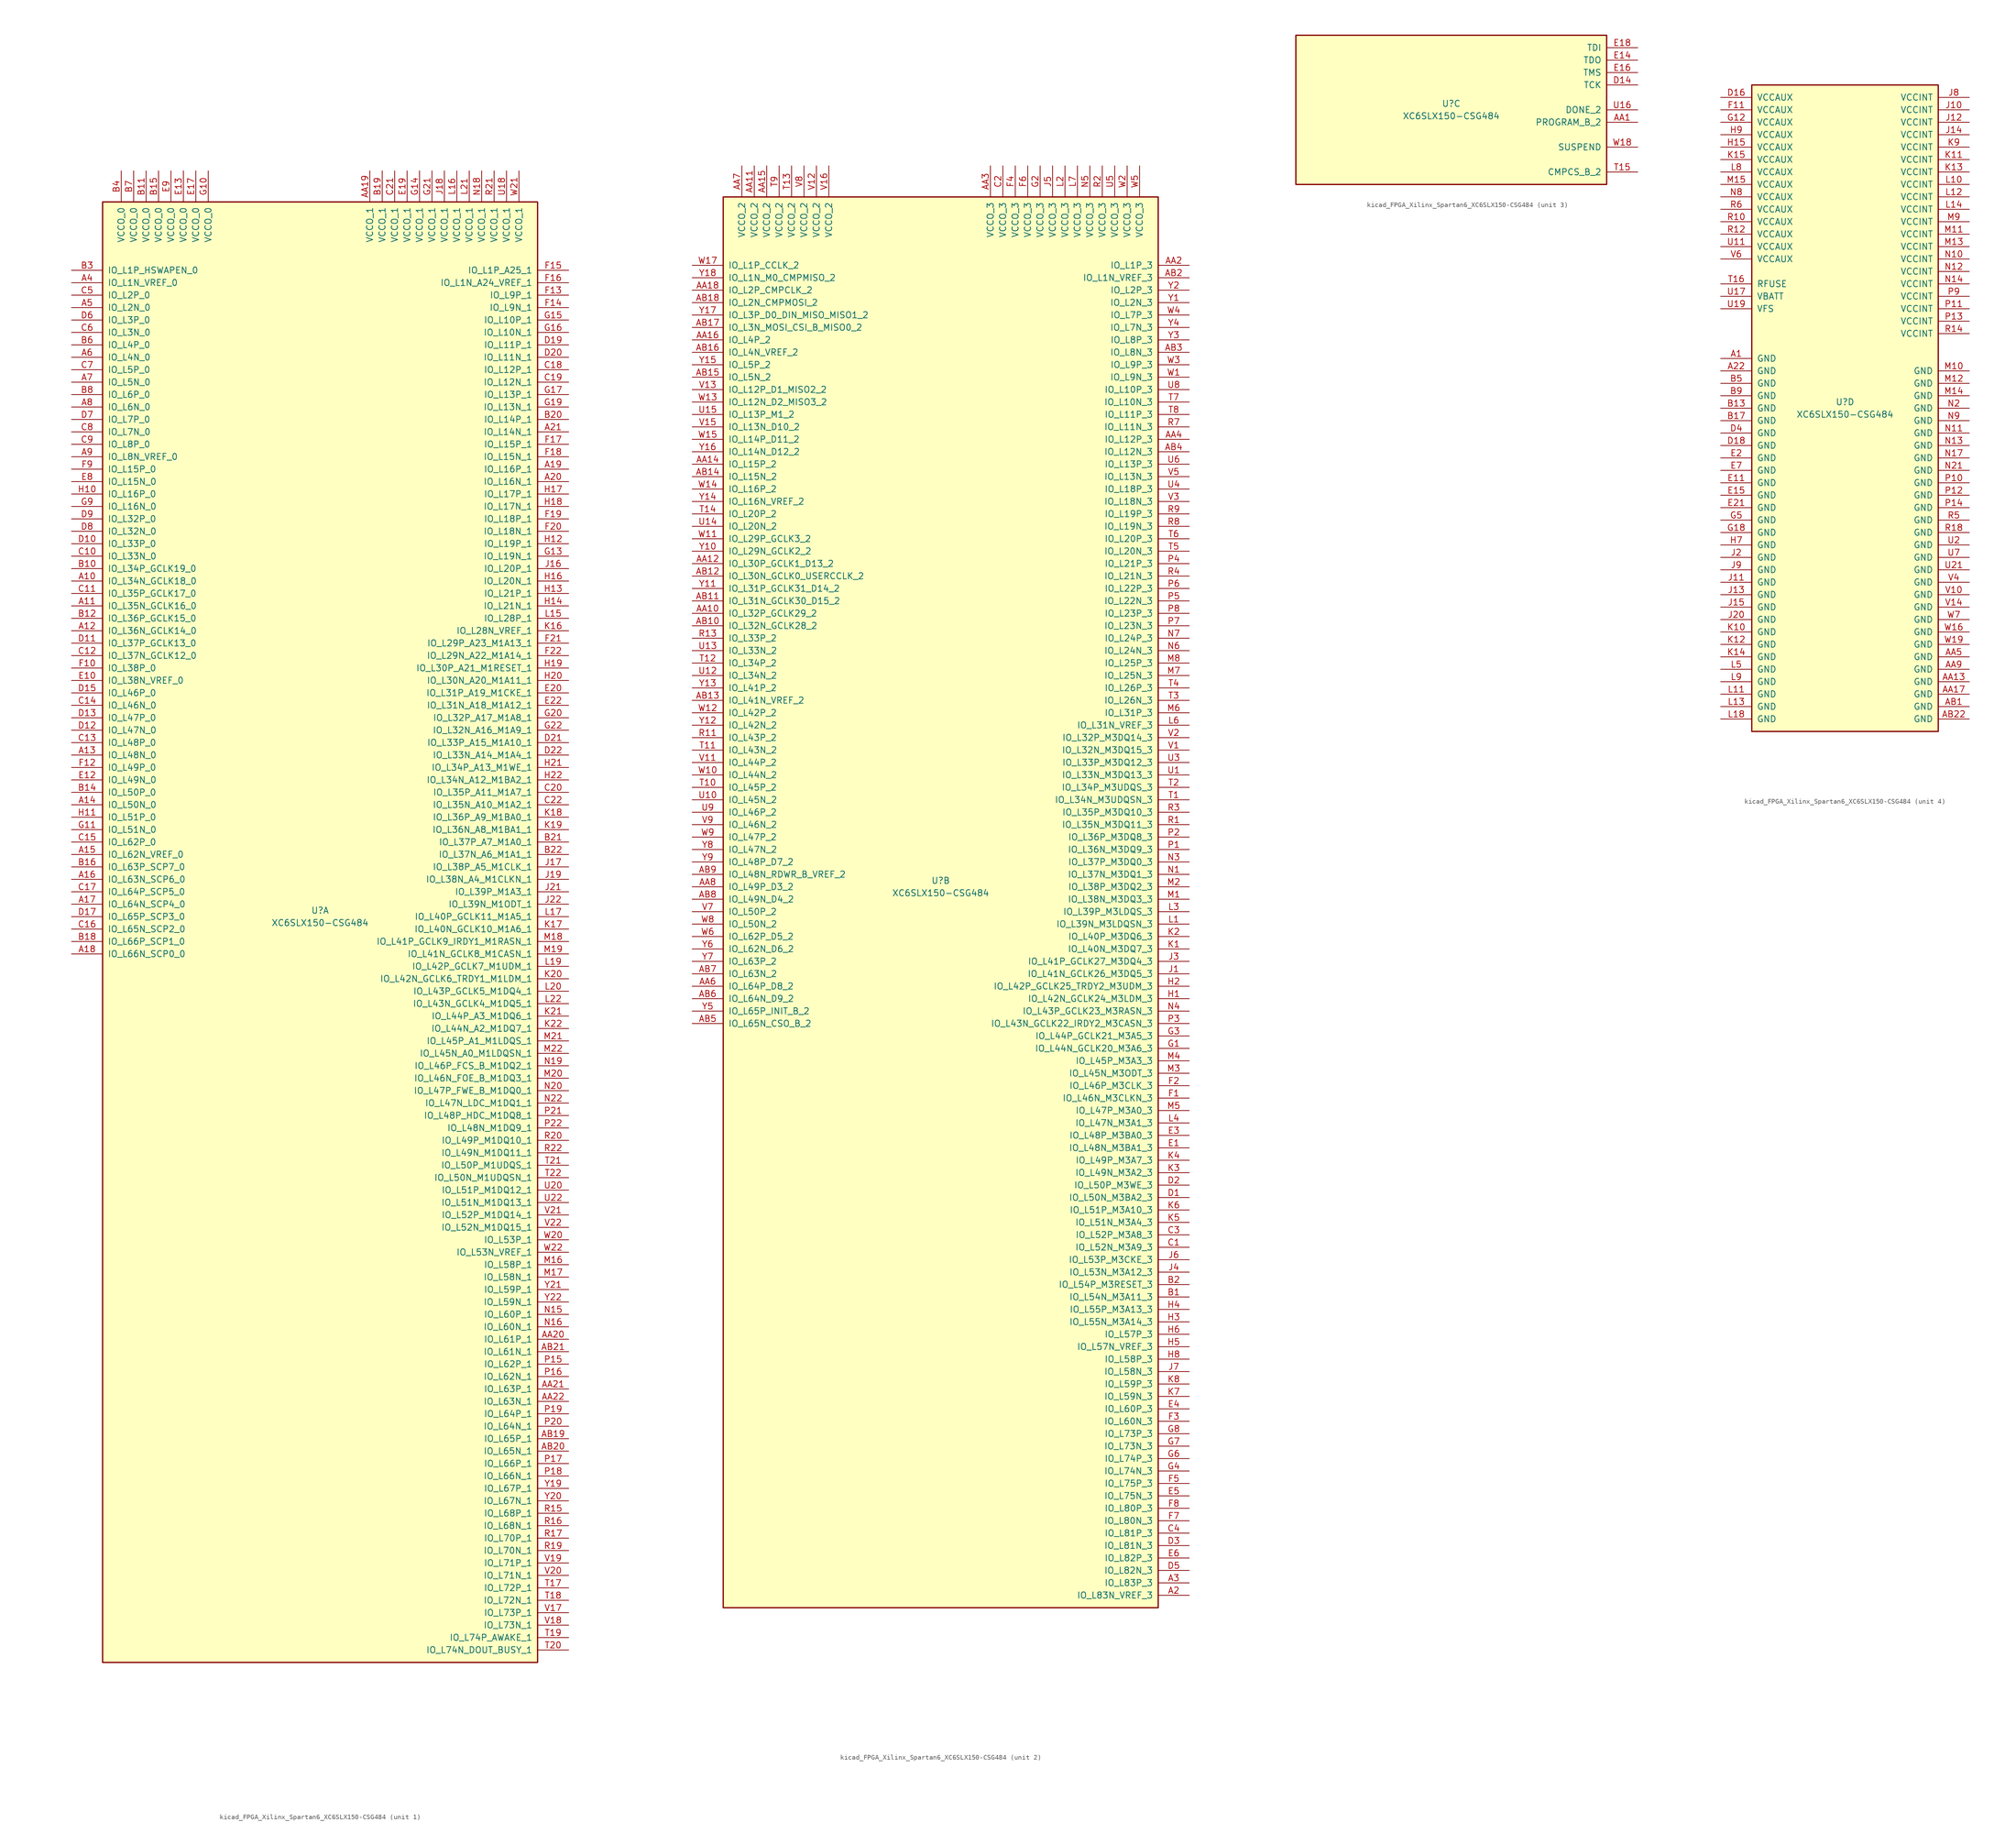
<source format=kicad_sym>
(kicad_symbol_lib
  (version 20220914)
  (generator kicad_symbol_editor)
  (symbol "kicad_FPGA_Xilinx_Spartan6_XC6SLX150-CSG484"
    (pin_names
      (offset 1.016))
    (property "Reference" "U"
      (at 0 1.27 0)
      (effects (font (size 1.27 1.27))))
    (property "Value" "XC6SLX150-CSG484"
      (at 0 -1.27 0)
      (effects (font (size 1.27 1.27))))
    (property "Datasheet" ""
      (at 0 0 0)
      (effects (font (size 1.27 1.27))))
    (property "ki_locked" ""
      (at 0 0 0)
      (effects (font (size 1.27 1.27))))
    (symbol "kicad_FPGA_Xilinx_Spartan6_XC6SLX150-CSG484_1_1"
      (rectangle (start -44.45 146.05) (end 44.45 -152.4) (stroke (width 0.254) (type default)) (fill (type background)))
      (pin bidirectional line (at -50.8 68.58 0) (length 6.35) (name "IO_L34N_GCLK18_0" (effects (font (size 1.27 1.27)))) (number "A10" (effects (font (size 1.27 1.27)))))
      (pin bidirectional line (at -50.8 63.5 0) (length 6.35) (name "IO_L35N_GCLK16_0" (effects (font (size 1.27 1.27)))) (number "A11" (effects (font (size 1.27 1.27)))))
      (pin bidirectional line (at -50.8 58.42 0) (length 6.35) (name "IO_L36N_GCLK14_0" (effects (font (size 1.27 1.27)))) (number "A12" (effects (font (size 1.27 1.27)))))
      (pin bidirectional line (at -50.8 33.02 0) (length 6.35) (name "IO_L48N_0" (effects (font (size 1.27 1.27)))) (number "A13" (effects (font (size 1.27 1.27)))))
      (pin bidirectional line (at -50.8 22.86 0) (length 6.35) (name "IO_L50N_0" (effects (font (size 1.27 1.27)))) (number "A14" (effects (font (size 1.27 1.27)))))
      (pin bidirectional line (at -50.8 12.7 0) (length 6.35) (name "IO_L62N_VREF_0" (effects (font (size 1.27 1.27)))) (number "A15" (effects (font (size 1.27 1.27)))))
      (pin bidirectional line (at -50.8 7.62 0) (length 6.35) (name "IO_L63N_SCP6_0" (effects (font (size 1.27 1.27)))) (number "A16" (effects (font (size 1.27 1.27)))))
      (pin bidirectional line (at -50.8 2.54 0) (length 6.35) (name "IO_L64N_SCP4_0" (effects (font (size 1.27 1.27)))) (number "A17" (effects (font (size 1.27 1.27)))))
      (pin bidirectional line (at -50.8 -7.62 0) (length 6.35) (name "IO_L66N_SCP0_0" (effects (font (size 1.27 1.27)))) (number "A18" (effects (font (size 1.27 1.27)))))
      (pin bidirectional line (at 50.8 91.44 180) (length 6.35) (name "IO_L16P_1" (effects (font (size 1.27 1.27)))) (number "A19" (effects (font (size 1.27 1.27)))))
      (pin bidirectional line (at 50.8 88.9 180) (length 6.35) (name "IO_L16N_1" (effects (font (size 1.27 1.27)))) (number "A20" (effects (font (size 1.27 1.27)))))
      (pin bidirectional line (at 50.8 99.06 180) (length 6.35) (name "IO_L14N_1" (effects (font (size 1.27 1.27)))) (number "A21" (effects (font (size 1.27 1.27)))))
      (pin bidirectional line (at -50.8 129.54 0) (length 6.35) (name "IO_L1N_VREF_0" (effects (font (size 1.27 1.27)))) (number "A4" (effects (font (size 1.27 1.27)))))
      (pin bidirectional line (at -50.8 124.46 0) (length 6.35) (name "IO_L2N_0" (effects (font (size 1.27 1.27)))) (number "A5" (effects (font (size 1.27 1.27)))))
      (pin bidirectional line (at -50.8 114.3 0) (length 6.35) (name "IO_L4N_0" (effects (font (size 1.27 1.27)))) (number "A6" (effects (font (size 1.27 1.27)))))
      (pin bidirectional line (at -50.8 109.22 0) (length 6.35) (name "IO_L5N_0" (effects (font (size 1.27 1.27)))) (number "A7" (effects (font (size 1.27 1.27)))))
      (pin bidirectional line (at -50.8 104.14 0) (length 6.35) (name "IO_L6N_0" (effects (font (size 1.27 1.27)))) (number "A8" (effects (font (size 1.27 1.27)))))
      (pin bidirectional line (at -50.8 93.98 0) (length 6.35) (name "IO_L8N_VREF_0" (effects (font (size 1.27 1.27)))) (number "A9" (effects (font (size 1.27 1.27)))))
      (pin power_in line (at 10.16 152.4 270) (length 6.35) (name "VCCO_1" (effects (font (size 1.27 1.27)))) (number "AA19" (effects (font (size 1.27 1.27)))))
      (pin bidirectional line (at 50.8 -86.36 180) (length 6.35) (name "IO_L61P_1" (effects (font (size 1.27 1.27)))) (number "AA20" (effects (font (size 1.27 1.27)))))
      (pin bidirectional line (at 50.8 -96.52 180) (length 6.35) (name "IO_L63P_1" (effects (font (size 1.27 1.27)))) (number "AA21" (effects (font (size 1.27 1.27)))))
      (pin bidirectional line (at 50.8 -99.06 180) (length 6.35) (name "IO_L63N_1" (effects (font (size 1.27 1.27)))) (number "AA22" (effects (font (size 1.27 1.27)))))
      (pin bidirectional line (at 50.8 -106.68 180) (length 6.35) (name "IO_L65P_1" (effects (font (size 1.27 1.27)))) (number "AB19" (effects (font (size 1.27 1.27)))))
      (pin bidirectional line (at 50.8 -109.22 180) (length 6.35) (name "IO_L65N_1" (effects (font (size 1.27 1.27)))) (number "AB20" (effects (font (size 1.27 1.27)))))
      (pin bidirectional line (at 50.8 -88.9 180) (length 6.35) (name "IO_L61N_1" (effects (font (size 1.27 1.27)))) (number "AB21" (effects (font (size 1.27 1.27)))))
      (pin bidirectional line (at -50.8 71.12 0) (length 6.35) (name "IO_L34P_GCLK19_0" (effects (font (size 1.27 1.27)))) (number "B10" (effects (font (size 1.27 1.27)))))
      (pin power_in line (at -35.56 152.4 270) (length 6.35) (name "VCCO_0" (effects (font (size 1.27 1.27)))) (number "B11" (effects (font (size 1.27 1.27)))))
      (pin bidirectional line (at -50.8 60.96 0) (length 6.35) (name "IO_L36P_GCLK15_0" (effects (font (size 1.27 1.27)))) (number "B12" (effects (font (size 1.27 1.27)))))
      (pin bidirectional line (at -50.8 25.4 0) (length 6.35) (name "IO_L50P_0" (effects (font (size 1.27 1.27)))) (number "B14" (effects (font (size 1.27 1.27)))))
      (pin power_in line (at -33.02 152.4 270) (length 6.35) (name "VCCO_0" (effects (font (size 1.27 1.27)))) (number "B15" (effects (font (size 1.27 1.27)))))
      (pin bidirectional line (at -50.8 10.16 0) (length 6.35) (name "IO_L63P_SCP7_0" (effects (font (size 1.27 1.27)))) (number "B16" (effects (font (size 1.27 1.27)))))
      (pin bidirectional line (at -50.8 -5.08 0) (length 6.35) (name "IO_L66P_SCP1_0" (effects (font (size 1.27 1.27)))) (number "B18" (effects (font (size 1.27 1.27)))))
      (pin power_in line (at 12.7 152.4 270) (length 6.35) (name "VCCO_1" (effects (font (size 1.27 1.27)))) (number "B19" (effects (font (size 1.27 1.27)))))
      (pin bidirectional line (at 50.8 101.6 180) (length 6.35) (name "IO_L14P_1" (effects (font (size 1.27 1.27)))) (number "B20" (effects (font (size 1.27 1.27)))))
      (pin bidirectional line (at 50.8 15.24 180) (length 6.35) (name "IO_L37P_A7_M1A0_1" (effects (font (size 1.27 1.27)))) (number "B21" (effects (font (size 1.27 1.27)))))
      (pin bidirectional line (at 50.8 12.7 180) (length 6.35) (name "IO_L37N_A6_M1A1_1" (effects (font (size 1.27 1.27)))) (number "B22" (effects (font (size 1.27 1.27)))))
      (pin bidirectional line (at -50.8 132.08 0) (length 6.35) (name "IO_L1P_HSWAPEN_0" (effects (font (size 1.27 1.27)))) (number "B3" (effects (font (size 1.27 1.27)))))
      (pin power_in line (at -40.64 152.4 270) (length 6.35) (name "VCCO_0" (effects (font (size 1.27 1.27)))) (number "B4" (effects (font (size 1.27 1.27)))))
      (pin bidirectional line (at -50.8 116.84 0) (length 6.35) (name "IO_L4P_0" (effects (font (size 1.27 1.27)))) (number "B6" (effects (font (size 1.27 1.27)))))
      (pin power_in line (at -38.1 152.4 270) (length 6.35) (name "VCCO_0" (effects (font (size 1.27 1.27)))) (number "B7" (effects (font (size 1.27 1.27)))))
      (pin bidirectional line (at -50.8 106.68 0) (length 6.35) (name "IO_L6P_0" (effects (font (size 1.27 1.27)))) (number "B8" (effects (font (size 1.27 1.27)))))
      (pin bidirectional line (at -50.8 73.66 0) (length 6.35) (name "IO_L33N_0" (effects (font (size 1.27 1.27)))) (number "C10" (effects (font (size 1.27 1.27)))))
      (pin bidirectional line (at -50.8 66.04 0) (length 6.35) (name "IO_L35P_GCLK17_0" (effects (font (size 1.27 1.27)))) (number "C11" (effects (font (size 1.27 1.27)))))
      (pin bidirectional line (at -50.8 53.34 0) (length 6.35) (name "IO_L37N_GCLK12_0" (effects (font (size 1.27 1.27)))) (number "C12" (effects (font (size 1.27 1.27)))))
      (pin bidirectional line (at -50.8 35.56 0) (length 6.35) (name "IO_L48P_0" (effects (font (size 1.27 1.27)))) (number "C13" (effects (font (size 1.27 1.27)))))
      (pin bidirectional line (at -50.8 43.18 0) (length 6.35) (name "IO_L46N_0" (effects (font (size 1.27 1.27)))) (number "C14" (effects (font (size 1.27 1.27)))))
      (pin bidirectional line (at -50.8 15.24 0) (length 6.35) (name "IO_L62P_0" (effects (font (size 1.27 1.27)))) (number "C15" (effects (font (size 1.27 1.27)))))
      (pin bidirectional line (at -50.8 -2.54 0) (length 6.35) (name "IO_L65N_SCP2_0" (effects (font (size 1.27 1.27)))) (number "C16" (effects (font (size 1.27 1.27)))))
      (pin bidirectional line (at -50.8 5.08 0) (length 6.35) (name "IO_L64P_SCP5_0" (effects (font (size 1.27 1.27)))) (number "C17" (effects (font (size 1.27 1.27)))))
      (pin bidirectional line (at 50.8 111.76 180) (length 6.35) (name "IO_L12P_1" (effects (font (size 1.27 1.27)))) (number "C18" (effects (font (size 1.27 1.27)))))
      (pin bidirectional line (at 50.8 109.22 180) (length 6.35) (name "IO_L12N_1" (effects (font (size 1.27 1.27)))) (number "C19" (effects (font (size 1.27 1.27)))))
      (pin bidirectional line (at 50.8 25.4 180) (length 6.35) (name "IO_L35P_A11_M1A7_1" (effects (font (size 1.27 1.27)))) (number "C20" (effects (font (size 1.27 1.27)))))
      (pin power_in line (at 15.24 152.4 270) (length 6.35) (name "VCCO_1" (effects (font (size 1.27 1.27)))) (number "C21" (effects (font (size 1.27 1.27)))))
      (pin bidirectional line (at 50.8 22.86 180) (length 6.35) (name "IO_L35N_A10_M1A2_1" (effects (font (size 1.27 1.27)))) (number "C22" (effects (font (size 1.27 1.27)))))
      (pin bidirectional line (at -50.8 127 0) (length 6.35) (name "IO_L2P_0" (effects (font (size 1.27 1.27)))) (number "C5" (effects (font (size 1.27 1.27)))))
      (pin bidirectional line (at -50.8 119.38 0) (length 6.35) (name "IO_L3N_0" (effects (font (size 1.27 1.27)))) (number "C6" (effects (font (size 1.27 1.27)))))
      (pin bidirectional line (at -50.8 111.76 0) (length 6.35) (name "IO_L5P_0" (effects (font (size 1.27 1.27)))) (number "C7" (effects (font (size 1.27 1.27)))))
      (pin bidirectional line (at -50.8 99.06 0) (length 6.35) (name "IO_L7N_0" (effects (font (size 1.27 1.27)))) (number "C8" (effects (font (size 1.27 1.27)))))
      (pin bidirectional line (at -50.8 96.52 0) (length 6.35) (name "IO_L8P_0" (effects (font (size 1.27 1.27)))) (number "C9" (effects (font (size 1.27 1.27)))))
      (pin bidirectional line (at -50.8 76.2 0) (length 6.35) (name "IO_L33P_0" (effects (font (size 1.27 1.27)))) (number "D10" (effects (font (size 1.27 1.27)))))
      (pin bidirectional line (at -50.8 55.88 0) (length 6.35) (name "IO_L37P_GCLK13_0" (effects (font (size 1.27 1.27)))) (number "D11" (effects (font (size 1.27 1.27)))))
      (pin bidirectional line (at -50.8 38.1 0) (length 6.35) (name "IO_L47N_0" (effects (font (size 1.27 1.27)))) (number "D12" (effects (font (size 1.27 1.27)))))
      (pin bidirectional line (at -50.8 40.64 0) (length 6.35) (name "IO_L47P_0" (effects (font (size 1.27 1.27)))) (number "D13" (effects (font (size 1.27 1.27)))))
      (pin bidirectional line (at -50.8 45.72 0) (length 6.35) (name "IO_L46P_0" (effects (font (size 1.27 1.27)))) (number "D15" (effects (font (size 1.27 1.27)))))
      (pin bidirectional line (at -50.8 0 0) (length 6.35) (name "IO_L65P_SCP3_0" (effects (font (size 1.27 1.27)))) (number "D17" (effects (font (size 1.27 1.27)))))
      (pin bidirectional line (at 50.8 116.84 180) (length 6.35) (name "IO_L11P_1" (effects (font (size 1.27 1.27)))) (number "D19" (effects (font (size 1.27 1.27)))))
      (pin bidirectional line (at 50.8 114.3 180) (length 6.35) (name "IO_L11N_1" (effects (font (size 1.27 1.27)))) (number "D20" (effects (font (size 1.27 1.27)))))
      (pin bidirectional line (at 50.8 35.56 180) (length 6.35) (name "IO_L33P_A15_M1A10_1" (effects (font (size 1.27 1.27)))) (number "D21" (effects (font (size 1.27 1.27)))))
      (pin bidirectional line (at 50.8 33.02 180) (length 6.35) (name "IO_L33N_A14_M1A4_1" (effects (font (size 1.27 1.27)))) (number "D22" (effects (font (size 1.27 1.27)))))
      (pin bidirectional line (at -50.8 121.92 0) (length 6.35) (name "IO_L3P_0" (effects (font (size 1.27 1.27)))) (number "D6" (effects (font (size 1.27 1.27)))))
      (pin bidirectional line (at -50.8 101.6 0) (length 6.35) (name "IO_L7P_0" (effects (font (size 1.27 1.27)))) (number "D7" (effects (font (size 1.27 1.27)))))
      (pin bidirectional line (at -50.8 78.74 0) (length 6.35) (name "IO_L32N_0" (effects (font (size 1.27 1.27)))) (number "D8" (effects (font (size 1.27 1.27)))))
      (pin bidirectional line (at -50.8 81.28 0) (length 6.35) (name "IO_L32P_0" (effects (font (size 1.27 1.27)))) (number "D9" (effects (font (size 1.27 1.27)))))
      (pin bidirectional line (at -50.8 48.26 0) (length 6.35) (name "IO_L38N_VREF_0" (effects (font (size 1.27 1.27)))) (number "E10" (effects (font (size 1.27 1.27)))))
      (pin bidirectional line (at -50.8 27.94 0) (length 6.35) (name "IO_L49N_0" (effects (font (size 1.27 1.27)))) (number "E12" (effects (font (size 1.27 1.27)))))
      (pin power_in line (at -27.94 152.4 270) (length 6.35) (name "VCCO_0" (effects (font (size 1.27 1.27)))) (number "E13" (effects (font (size 1.27 1.27)))))
      (pin power_in line (at -25.4 152.4 270) (length 6.35) (name "VCCO_0" (effects (font (size 1.27 1.27)))) (number "E17" (effects (font (size 1.27 1.27)))))
      (pin power_in line (at 17.78 152.4 270) (length 6.35) (name "VCCO_1" (effects (font (size 1.27 1.27)))) (number "E19" (effects (font (size 1.27 1.27)))))
      (pin bidirectional line (at 50.8 45.72 180) (length 6.35) (name "IO_L31P_A19_M1CKE_1" (effects (font (size 1.27 1.27)))) (number "E20" (effects (font (size 1.27 1.27)))))
      (pin bidirectional line (at 50.8 43.18 180) (length 6.35) (name "IO_L31N_A18_M1A12_1" (effects (font (size 1.27 1.27)))) (number "E22" (effects (font (size 1.27 1.27)))))
      (pin bidirectional line (at -50.8 88.9 0) (length 6.35) (name "IO_L15N_0" (effects (font (size 1.27 1.27)))) (number "E8" (effects (font (size 1.27 1.27)))))
      (pin power_in line (at -30.48 152.4 270) (length 6.35) (name "VCCO_0" (effects (font (size 1.27 1.27)))) (number "E9" (effects (font (size 1.27 1.27)))))
      (pin bidirectional line (at -50.8 50.8 0) (length 6.35) (name "IO_L38P_0" (effects (font (size 1.27 1.27)))) (number "F10" (effects (font (size 1.27 1.27)))))
      (pin bidirectional line (at -50.8 30.48 0) (length 6.35) (name "IO_L49P_0" (effects (font (size 1.27 1.27)))) (number "F12" (effects (font (size 1.27 1.27)))))
      (pin bidirectional line (at 50.8 127 180) (length 6.35) (name "IO_L9P_1" (effects (font (size 1.27 1.27)))) (number "F13" (effects (font (size 1.27 1.27)))))
      (pin bidirectional line (at 50.8 124.46 180) (length 6.35) (name "IO_L9N_1" (effects (font (size 1.27 1.27)))) (number "F14" (effects (font (size 1.27 1.27)))))
      (pin bidirectional line (at 50.8 132.08 180) (length 6.35) (name "IO_L1P_A25_1" (effects (font (size 1.27 1.27)))) (number "F15" (effects (font (size 1.27 1.27)))))
      (pin bidirectional line (at 50.8 129.54 180) (length 6.35) (name "IO_L1N_A24_VREF_1" (effects (font (size 1.27 1.27)))) (number "F16" (effects (font (size 1.27 1.27)))))
      (pin bidirectional line (at 50.8 96.52 180) (length 6.35) (name "IO_L15P_1" (effects (font (size 1.27 1.27)))) (number "F17" (effects (font (size 1.27 1.27)))))
      (pin bidirectional line (at 50.8 93.98 180) (length 6.35) (name "IO_L15N_1" (effects (font (size 1.27 1.27)))) (number "F18" (effects (font (size 1.27 1.27)))))
      (pin bidirectional line (at 50.8 81.28 180) (length 6.35) (name "IO_L18P_1" (effects (font (size 1.27 1.27)))) (number "F19" (effects (font (size 1.27 1.27)))))
      (pin bidirectional line (at 50.8 78.74 180) (length 6.35) (name "IO_L18N_1" (effects (font (size 1.27 1.27)))) (number "F20" (effects (font (size 1.27 1.27)))))
      (pin bidirectional line (at 50.8 55.88 180) (length 6.35) (name "IO_L29P_A23_M1A13_1" (effects (font (size 1.27 1.27)))) (number "F21" (effects (font (size 1.27 1.27)))))
      (pin bidirectional line (at 50.8 53.34 180) (length 6.35) (name "IO_L29N_A22_M1A14_1" (effects (font (size 1.27 1.27)))) (number "F22" (effects (font (size 1.27 1.27)))))
      (pin bidirectional line (at -50.8 91.44 0) (length 6.35) (name "IO_L15P_0" (effects (font (size 1.27 1.27)))) (number "F9" (effects (font (size 1.27 1.27)))))
      (pin power_in line (at -22.86 152.4 270) (length 6.35) (name "VCCO_0" (effects (font (size 1.27 1.27)))) (number "G10" (effects (font (size 1.27 1.27)))))
      (pin bidirectional line (at -50.8 17.78 0) (length 6.35) (name "IO_L51N_0" (effects (font (size 1.27 1.27)))) (number "G11" (effects (font (size 1.27 1.27)))))
      (pin bidirectional line (at 50.8 73.66 180) (length 6.35) (name "IO_L19N_1" (effects (font (size 1.27 1.27)))) (number "G13" (effects (font (size 1.27 1.27)))))
      (pin power_in line (at 20.32 152.4 270) (length 6.35) (name "VCCO_1" (effects (font (size 1.27 1.27)))) (number "G14" (effects (font (size 1.27 1.27)))))
      (pin bidirectional line (at 50.8 121.92 180) (length 6.35) (name "IO_L10P_1" (effects (font (size 1.27 1.27)))) (number "G15" (effects (font (size 1.27 1.27)))))
      (pin bidirectional line (at 50.8 119.38 180) (length 6.35) (name "IO_L10N_1" (effects (font (size 1.27 1.27)))) (number "G16" (effects (font (size 1.27 1.27)))))
      (pin bidirectional line (at 50.8 106.68 180) (length 6.35) (name "IO_L13P_1" (effects (font (size 1.27 1.27)))) (number "G17" (effects (font (size 1.27 1.27)))))
      (pin bidirectional line (at 50.8 104.14 180) (length 6.35) (name "IO_L13N_1" (effects (font (size 1.27 1.27)))) (number "G19" (effects (font (size 1.27 1.27)))))
      (pin bidirectional line (at 50.8 40.64 180) (length 6.35) (name "IO_L32P_A17_M1A8_1" (effects (font (size 1.27 1.27)))) (number "G20" (effects (font (size 1.27 1.27)))))
      (pin power_in line (at 22.86 152.4 270) (length 6.35) (name "VCCO_1" (effects (font (size 1.27 1.27)))) (number "G21" (effects (font (size 1.27 1.27)))))
      (pin bidirectional line (at 50.8 38.1 180) (length 6.35) (name "IO_L32N_A16_M1A9_1" (effects (font (size 1.27 1.27)))) (number "G22" (effects (font (size 1.27 1.27)))))
      (pin bidirectional line (at -50.8 83.82 0) (length 6.35) (name "IO_L16N_0" (effects (font (size 1.27 1.27)))) (number "G9" (effects (font (size 1.27 1.27)))))
      (pin bidirectional line (at -50.8 86.36 0) (length 6.35) (name "IO_L16P_0" (effects (font (size 1.27 1.27)))) (number "H10" (effects (font (size 1.27 1.27)))))
      (pin bidirectional line (at -50.8 20.32 0) (length 6.35) (name "IO_L51P_0" (effects (font (size 1.27 1.27)))) (number "H11" (effects (font (size 1.27 1.27)))))
      (pin bidirectional line (at 50.8 76.2 180) (length 6.35) (name "IO_L19P_1" (effects (font (size 1.27 1.27)))) (number "H12" (effects (font (size 1.27 1.27)))))
      (pin bidirectional line (at 50.8 66.04 180) (length 6.35) (name "IO_L21P_1" (effects (font (size 1.27 1.27)))) (number "H13" (effects (font (size 1.27 1.27)))))
      (pin bidirectional line (at 50.8 63.5 180) (length 6.35) (name "IO_L21N_1" (effects (font (size 1.27 1.27)))) (number "H14" (effects (font (size 1.27 1.27)))))
      (pin bidirectional line (at 50.8 68.58 180) (length 6.35) (name "IO_L20N_1" (effects (font (size 1.27 1.27)))) (number "H16" (effects (font (size 1.27 1.27)))))
      (pin bidirectional line (at 50.8 86.36 180) (length 6.35) (name "IO_L17P_1" (effects (font (size 1.27 1.27)))) (number "H17" (effects (font (size 1.27 1.27)))))
      (pin bidirectional line (at 50.8 83.82 180) (length 6.35) (name "IO_L17N_1" (effects (font (size 1.27 1.27)))) (number "H18" (effects (font (size 1.27 1.27)))))
      (pin bidirectional line (at 50.8 50.8 180) (length 6.35) (name "IO_L30P_A21_M1RESET_1" (effects (font (size 1.27 1.27)))) (number "H19" (effects (font (size 1.27 1.27)))))
      (pin bidirectional line (at 50.8 48.26 180) (length 6.35) (name "IO_L30N_A20_M1A11_1" (effects (font (size 1.27 1.27)))) (number "H20" (effects (font (size 1.27 1.27)))))
      (pin bidirectional line (at 50.8 30.48 180) (length 6.35) (name "IO_L34P_A13_M1WE_1" (effects (font (size 1.27 1.27)))) (number "H21" (effects (font (size 1.27 1.27)))))
      (pin bidirectional line (at 50.8 27.94 180) (length 6.35) (name "IO_L34N_A12_M1BA2_1" (effects (font (size 1.27 1.27)))) (number "H22" (effects (font (size 1.27 1.27)))))
      (pin bidirectional line (at 50.8 71.12 180) (length 6.35) (name "IO_L20P_1" (effects (font (size 1.27 1.27)))) (number "J16" (effects (font (size 1.27 1.27)))))
      (pin bidirectional line (at 50.8 10.16 180) (length 6.35) (name "IO_L38P_A5_M1CLK_1" (effects (font (size 1.27 1.27)))) (number "J17" (effects (font (size 1.27 1.27)))))
      (pin power_in line (at 25.4 152.4 270) (length 6.35) (name "VCCO_1" (effects (font (size 1.27 1.27)))) (number "J18" (effects (font (size 1.27 1.27)))))
      (pin bidirectional line (at 50.8 7.62 180) (length 6.35) (name "IO_L38N_A4_M1CLKN_1" (effects (font (size 1.27 1.27)))) (number "J19" (effects (font (size 1.27 1.27)))))
      (pin bidirectional line (at 50.8 5.08 180) (length 6.35) (name "IO_L39P_M1A3_1" (effects (font (size 1.27 1.27)))) (number "J21" (effects (font (size 1.27 1.27)))))
      (pin bidirectional line (at 50.8 2.54 180) (length 6.35) (name "IO_L39N_M1ODT_1" (effects (font (size 1.27 1.27)))) (number "J22" (effects (font (size 1.27 1.27)))))
      (pin bidirectional line (at 50.8 58.42 180) (length 6.35) (name "IO_L28N_VREF_1" (effects (font (size 1.27 1.27)))) (number "K16" (effects (font (size 1.27 1.27)))))
      (pin bidirectional line (at 50.8 -2.54 180) (length 6.35) (name "IO_L40N_GCLK10_M1A6_1" (effects (font (size 1.27 1.27)))) (number "K17" (effects (font (size 1.27 1.27)))))
      (pin bidirectional line (at 50.8 20.32 180) (length 6.35) (name "IO_L36P_A9_M1BA0_1" (effects (font (size 1.27 1.27)))) (number "K18" (effects (font (size 1.27 1.27)))))
      (pin bidirectional line (at 50.8 17.78 180) (length 6.35) (name "IO_L36N_A8_M1BA1_1" (effects (font (size 1.27 1.27)))) (number "K19" (effects (font (size 1.27 1.27)))))
      (pin bidirectional line (at 50.8 -12.7 180) (length 6.35) (name "IO_L42N_GCLK6_TRDY1_M1LDM_1" (effects (font (size 1.27 1.27)))) (number "K20" (effects (font (size 1.27 1.27)))))
      (pin bidirectional line (at 50.8 -20.32 180) (length 6.35) (name "IO_L44P_A3_M1DQ6_1" (effects (font (size 1.27 1.27)))) (number "K21" (effects (font (size 1.27 1.27)))))
      (pin bidirectional line (at 50.8 -22.86 180) (length 6.35) (name "IO_L44N_A2_M1DQ7_1" (effects (font (size 1.27 1.27)))) (number "K22" (effects (font (size 1.27 1.27)))))
      (pin bidirectional line (at 50.8 60.96 180) (length 6.35) (name "IO_L28P_1" (effects (font (size 1.27 1.27)))) (number "L15" (effects (font (size 1.27 1.27)))))
      (pin power_in line (at 27.94 152.4 270) (length 6.35) (name "VCCO_1" (effects (font (size 1.27 1.27)))) (number "L16" (effects (font (size 1.27 1.27)))))
      (pin bidirectional line (at 50.8 0 180) (length 6.35) (name "IO_L40P_GCLK11_M1A5_1" (effects (font (size 1.27 1.27)))) (number "L17" (effects (font (size 1.27 1.27)))))
      (pin bidirectional line (at 50.8 -10.16 180) (length 6.35) (name "IO_L42P_GCLK7_M1UDM_1" (effects (font (size 1.27 1.27)))) (number "L19" (effects (font (size 1.27 1.27)))))
      (pin bidirectional line (at 50.8 -15.24 180) (length 6.35) (name "IO_L43P_GCLK5_M1DQ4_1" (effects (font (size 1.27 1.27)))) (number "L20" (effects (font (size 1.27 1.27)))))
      (pin power_in line (at 30.48 152.4 270) (length 6.35) (name "VCCO_1" (effects (font (size 1.27 1.27)))) (number "L21" (effects (font (size 1.27 1.27)))))
      (pin bidirectional line (at 50.8 -17.78 180) (length 6.35) (name "IO_L43N_GCLK4_M1DQ5_1" (effects (font (size 1.27 1.27)))) (number "L22" (effects (font (size 1.27 1.27)))))
      (pin bidirectional line (at 50.8 -71.12 180) (length 6.35) (name "IO_L58P_1" (effects (font (size 1.27 1.27)))) (number "M16" (effects (font (size 1.27 1.27)))))
      (pin bidirectional line (at 50.8 -73.66 180) (length 6.35) (name "IO_L58N_1" (effects (font (size 1.27 1.27)))) (number "M17" (effects (font (size 1.27 1.27)))))
      (pin bidirectional line (at 50.8 -5.08 180) (length 6.35) (name "IO_L41P_GCLK9_IRDY1_M1RASN_1" (effects (font (size 1.27 1.27)))) (number "M18" (effects (font (size 1.27 1.27)))))
      (pin bidirectional line (at 50.8 -7.62 180) (length 6.35) (name "IO_L41N_GCLK8_M1CASN_1" (effects (font (size 1.27 1.27)))) (number "M19" (effects (font (size 1.27 1.27)))))
      (pin bidirectional line (at 50.8 -33.02 180) (length 6.35) (name "IO_L46N_FOE_B_M1DQ3_1" (effects (font (size 1.27 1.27)))) (number "M20" (effects (font (size 1.27 1.27)))))
      (pin bidirectional line (at 50.8 -25.4 180) (length 6.35) (name "IO_L45P_A1_M1LDQS_1" (effects (font (size 1.27 1.27)))) (number "M21" (effects (font (size 1.27 1.27)))))
      (pin bidirectional line (at 50.8 -27.94 180) (length 6.35) (name "IO_L45N_A0_M1LDQSN_1" (effects (font (size 1.27 1.27)))) (number "M22" (effects (font (size 1.27 1.27)))))
      (pin bidirectional line (at 50.8 -81.28 180) (length 6.35) (name "IO_L60P_1" (effects (font (size 1.27 1.27)))) (number "N15" (effects (font (size 1.27 1.27)))))
      (pin bidirectional line (at 50.8 -83.82 180) (length 6.35) (name "IO_L60N_1" (effects (font (size 1.27 1.27)))) (number "N16" (effects (font (size 1.27 1.27)))))
      (pin power_in line (at 33.02 152.4 270) (length 6.35) (name "VCCO_1" (effects (font (size 1.27 1.27)))) (number "N18" (effects (font (size 1.27 1.27)))))
      (pin bidirectional line (at 50.8 -30.48 180) (length 6.35) (name "IO_L46P_FCS_B_M1DQ2_1" (effects (font (size 1.27 1.27)))) (number "N19" (effects (font (size 1.27 1.27)))))
      (pin bidirectional line (at 50.8 -35.56 180) (length 6.35) (name "IO_L47P_FWE_B_M1DQ0_1" (effects (font (size 1.27 1.27)))) (number "N20" (effects (font (size 1.27 1.27)))))
      (pin bidirectional line (at 50.8 -38.1 180) (length 6.35) (name "IO_L47N_LDC_M1DQ1_1" (effects (font (size 1.27 1.27)))) (number "N22" (effects (font (size 1.27 1.27)))))
      (pin bidirectional line (at 50.8 -91.44 180) (length 6.35) (name "IO_L62P_1" (effects (font (size 1.27 1.27)))) (number "P15" (effects (font (size 1.27 1.27)))))
      (pin bidirectional line (at 50.8 -93.98 180) (length 6.35) (name "IO_L62N_1" (effects (font (size 1.27 1.27)))) (number "P16" (effects (font (size 1.27 1.27)))))
      (pin bidirectional line (at 50.8 -111.76 180) (length 6.35) (name "IO_L66P_1" (effects (font (size 1.27 1.27)))) (number "P17" (effects (font (size 1.27 1.27)))))
      (pin bidirectional line (at 50.8 -114.3 180) (length 6.35) (name "IO_L66N_1" (effects (font (size 1.27 1.27)))) (number "P18" (effects (font (size 1.27 1.27)))))
      (pin bidirectional line (at 50.8 -101.6 180) (length 6.35) (name "IO_L64P_1" (effects (font (size 1.27 1.27)))) (number "P19" (effects (font (size 1.27 1.27)))))
      (pin bidirectional line (at 50.8 -104.14 180) (length 6.35) (name "IO_L64N_1" (effects (font (size 1.27 1.27)))) (number "P20" (effects (font (size 1.27 1.27)))))
      (pin bidirectional line (at 50.8 -40.64 180) (length 6.35) (name "IO_L48P_HDC_M1DQ8_1" (effects (font (size 1.27 1.27)))) (number "P21" (effects (font (size 1.27 1.27)))))
      (pin bidirectional line (at 50.8 -43.18 180) (length 6.35) (name "IO_L48N_M1DQ9_1" (effects (font (size 1.27 1.27)))) (number "P22" (effects (font (size 1.27 1.27)))))
      (pin bidirectional line (at 50.8 -121.92 180) (length 6.35) (name "IO_L68P_1" (effects (font (size 1.27 1.27)))) (number "R15" (effects (font (size 1.27 1.27)))))
      (pin bidirectional line (at 50.8 -124.46 180) (length 6.35) (name "IO_L68N_1" (effects (font (size 1.27 1.27)))) (number "R16" (effects (font (size 1.27 1.27)))))
      (pin bidirectional line (at 50.8 -127 180) (length 6.35) (name "IO_L70P_1" (effects (font (size 1.27 1.27)))) (number "R17" (effects (font (size 1.27 1.27)))))
      (pin bidirectional line (at 50.8 -129.54 180) (length 6.35) (name "IO_L70N_1" (effects (font (size 1.27 1.27)))) (number "R19" (effects (font (size 1.27 1.27)))))
      (pin bidirectional line (at 50.8 -45.72 180) (length 6.35) (name "IO_L49P_M1DQ10_1" (effects (font (size 1.27 1.27)))) (number "R20" (effects (font (size 1.27 1.27)))))
      (pin power_in line (at 35.56 152.4 270) (length 6.35) (name "VCCO_1" (effects (font (size 1.27 1.27)))) (number "R21" (effects (font (size 1.27 1.27)))))
      (pin bidirectional line (at 50.8 -48.26 180) (length 6.35) (name "IO_L49N_M1DQ11_1" (effects (font (size 1.27 1.27)))) (number "R22" (effects (font (size 1.27 1.27)))))
      (pin bidirectional line (at 50.8 -137.16 180) (length 6.35) (name "IO_L72P_1" (effects (font (size 1.27 1.27)))) (number "T17" (effects (font (size 1.27 1.27)))))
      (pin bidirectional line (at 50.8 -139.7 180) (length 6.35) (name "IO_L72N_1" (effects (font (size 1.27 1.27)))) (number "T18" (effects (font (size 1.27 1.27)))))
      (pin bidirectional line (at 50.8 -147.32 180) (length 6.35) (name "IO_L74P_AWAKE_1" (effects (font (size 1.27 1.27)))) (number "T19" (effects (font (size 1.27 1.27)))))
      (pin bidirectional line (at 50.8 -149.86 180) (length 6.35) (name "IO_L74N_DOUT_BUSY_1" (effects (font (size 1.27 1.27)))) (number "T20" (effects (font (size 1.27 1.27)))))
      (pin bidirectional line (at 50.8 -50.8 180) (length 6.35) (name "IO_L50P_M1UDQS_1" (effects (font (size 1.27 1.27)))) (number "T21" (effects (font (size 1.27 1.27)))))
      (pin bidirectional line (at 50.8 -53.34 180) (length 6.35) (name "IO_L50N_M1UDQSN_1" (effects (font (size 1.27 1.27)))) (number "T22" (effects (font (size 1.27 1.27)))))
      (pin power_in line (at 38.1 152.4 270) (length 6.35) (name "VCCO_1" (effects (font (size 1.27 1.27)))) (number "U18" (effects (font (size 1.27 1.27)))))
      (pin bidirectional line (at 50.8 -55.88 180) (length 6.35) (name "IO_L51P_M1DQ12_1" (effects (font (size 1.27 1.27)))) (number "U20" (effects (font (size 1.27 1.27)))))
      (pin bidirectional line (at 50.8 -58.42 180) (length 6.35) (name "IO_L51N_M1DQ13_1" (effects (font (size 1.27 1.27)))) (number "U22" (effects (font (size 1.27 1.27)))))
      (pin bidirectional line (at 50.8 -142.24 180) (length 6.35) (name "IO_L73P_1" (effects (font (size 1.27 1.27)))) (number "V17" (effects (font (size 1.27 1.27)))))
      (pin bidirectional line (at 50.8 -144.78 180) (length 6.35) (name "IO_L73N_1" (effects (font (size 1.27 1.27)))) (number "V18" (effects (font (size 1.27 1.27)))))
      (pin bidirectional line (at 50.8 -132.08 180) (length 6.35) (name "IO_L71P_1" (effects (font (size 1.27 1.27)))) (number "V19" (effects (font (size 1.27 1.27)))))
      (pin bidirectional line (at 50.8 -134.62 180) (length 6.35) (name "IO_L71N_1" (effects (font (size 1.27 1.27)))) (number "V20" (effects (font (size 1.27 1.27)))))
      (pin bidirectional line (at 50.8 -60.96 180) (length 6.35) (name "IO_L52P_M1DQ14_1" (effects (font (size 1.27 1.27)))) (number "V21" (effects (font (size 1.27 1.27)))))
      (pin bidirectional line (at 50.8 -63.5 180) (length 6.35) (name "IO_L52N_M1DQ15_1" (effects (font (size 1.27 1.27)))) (number "V22" (effects (font (size 1.27 1.27)))))
      (pin bidirectional line (at 50.8 -66.04 180) (length 6.35) (name "IO_L53P_1" (effects (font (size 1.27 1.27)))) (number "W20" (effects (font (size 1.27 1.27)))))
      (pin power_in line (at 40.64 152.4 270) (length 6.35) (name "VCCO_1" (effects (font (size 1.27 1.27)))) (number "W21" (effects (font (size 1.27 1.27)))))
      (pin bidirectional line (at 50.8 -68.58 180) (length 6.35) (name "IO_L53N_VREF_1" (effects (font (size 1.27 1.27)))) (number "W22" (effects (font (size 1.27 1.27)))))
      (pin bidirectional line (at 50.8 -116.84 180) (length 6.35) (name "IO_L67P_1" (effects (font (size 1.27 1.27)))) (number "Y19" (effects (font (size 1.27 1.27)))))
      (pin bidirectional line (at 50.8 -119.38 180) (length 6.35) (name "IO_L67N_1" (effects (font (size 1.27 1.27)))) (number "Y20" (effects (font (size 1.27 1.27)))))
      (pin bidirectional line (at 50.8 -76.2 180) (length 6.35) (name "IO_L59P_1" (effects (font (size 1.27 1.27)))) (number "Y21" (effects (font (size 1.27 1.27)))))
      (pin bidirectional line (at 50.8 -78.74 180) (length 6.35) (name "IO_L59N_1" (effects (font (size 1.27 1.27)))) (number "Y22" (effects (font (size 1.27 1.27))))))
    (symbol "kicad_FPGA_Xilinx_Spartan6_XC6SLX150-CSG484_2_1"
      (rectangle (start -44.45 140.97) (end 44.45 -147.32) (stroke (width 0.254) (type default)) (fill (type background)))
      (pin bidirectional line (at 50.8 -144.78 180) (length 6.35) (name "IO_L83N_VREF_3" (effects (font (size 1.27 1.27)))) (number "A2" (effects (font (size 1.27 1.27)))))
      (pin bidirectional line (at 50.8 -142.24 180) (length 6.35) (name "IO_L83P_3" (effects (font (size 1.27 1.27)))) (number "A3" (effects (font (size 1.27 1.27)))))
      (pin bidirectional line (at -50.8 55.88 0) (length 6.35) (name "IO_L32P_GCLK29_2" (effects (font (size 1.27 1.27)))) (number "AA10" (effects (font (size 1.27 1.27)))))
      (pin power_in line (at -38.1 147.32 270) (length 6.35) (name "VCCO_2" (effects (font (size 1.27 1.27)))) (number "AA11" (effects (font (size 1.27 1.27)))))
      (pin bidirectional line (at -50.8 66.04 0) (length 6.35) (name "IO_L30P_GCLK1_D13_2" (effects (font (size 1.27 1.27)))) (number "AA12" (effects (font (size 1.27 1.27)))))
      (pin bidirectional line (at -50.8 86.36 0) (length 6.35) (name "IO_L15P_2" (effects (font (size 1.27 1.27)))) (number "AA14" (effects (font (size 1.27 1.27)))))
      (pin power_in line (at -35.56 147.32 270) (length 6.35) (name "VCCO_2" (effects (font (size 1.27 1.27)))) (number "AA15" (effects (font (size 1.27 1.27)))))
      (pin bidirectional line (at -50.8 111.76 0) (length 6.35) (name "IO_L4P_2" (effects (font (size 1.27 1.27)))) (number "AA16" (effects (font (size 1.27 1.27)))))
      (pin bidirectional line (at -50.8 121.92 0) (length 6.35) (name "IO_L2P_CMPCLK_2" (effects (font (size 1.27 1.27)))) (number "AA18" (effects (font (size 1.27 1.27)))))
      (pin bidirectional line (at 50.8 127 180) (length 6.35) (name "IO_L1P_3" (effects (font (size 1.27 1.27)))) (number "AA2" (effects (font (size 1.27 1.27)))))
      (pin power_in line (at 10.16 147.32 270) (length 6.35) (name "VCCO_3" (effects (font (size 1.27 1.27)))) (number "AA3" (effects (font (size 1.27 1.27)))))
      (pin bidirectional line (at 50.8 91.44 180) (length 6.35) (name "IO_L12P_3" (effects (font (size 1.27 1.27)))) (number "AA4" (effects (font (size 1.27 1.27)))))
      (pin bidirectional line (at -50.8 -20.32 0) (length 6.35) (name "IO_L64P_D8_2" (effects (font (size 1.27 1.27)))) (number "AA6" (effects (font (size 1.27 1.27)))))
      (pin power_in line (at -40.64 147.32 270) (length 6.35) (name "VCCO_2" (effects (font (size 1.27 1.27)))) (number "AA7" (effects (font (size 1.27 1.27)))))
      (pin bidirectional line (at -50.8 0 0) (length 6.35) (name "IO_L49P_D3_2" (effects (font (size 1.27 1.27)))) (number "AA8" (effects (font (size 1.27 1.27)))))
      (pin bidirectional line (at -50.8 53.34 0) (length 6.35) (name "IO_L32N_GCLK28_2" (effects (font (size 1.27 1.27)))) (number "AB10" (effects (font (size 1.27 1.27)))))
      (pin bidirectional line (at -50.8 58.42 0) (length 6.35) (name "IO_L31N_GCLK30_D15_2" (effects (font (size 1.27 1.27)))) (number "AB11" (effects (font (size 1.27 1.27)))))
      (pin bidirectional line (at -50.8 63.5 0) (length 6.35) (name "IO_L30N_GCLK0_USERCCLK_2" (effects (font (size 1.27 1.27)))) (number "AB12" (effects (font (size 1.27 1.27)))))
      (pin bidirectional line (at -50.8 38.1 0) (length 6.35) (name "IO_L41N_VREF_2" (effects (font (size 1.27 1.27)))) (number "AB13" (effects (font (size 1.27 1.27)))))
      (pin bidirectional line (at -50.8 83.82 0) (length 6.35) (name "IO_L15N_2" (effects (font (size 1.27 1.27)))) (number "AB14" (effects (font (size 1.27 1.27)))))
      (pin bidirectional line (at -50.8 104.14 0) (length 6.35) (name "IO_L5N_2" (effects (font (size 1.27 1.27)))) (number "AB15" (effects (font (size 1.27 1.27)))))
      (pin bidirectional line (at -50.8 109.22 0) (length 6.35) (name "IO_L4N_VREF_2" (effects (font (size 1.27 1.27)))) (number "AB16" (effects (font (size 1.27 1.27)))))
      (pin bidirectional line (at -50.8 114.3 0) (length 6.35) (name "IO_L3N_MOSI_CSI_B_MISO0_2" (effects (font (size 1.27 1.27)))) (number "AB17" (effects (font (size 1.27 1.27)))))
      (pin bidirectional line (at -50.8 119.38 0) (length 6.35) (name "IO_L2N_CMPMOSI_2" (effects (font (size 1.27 1.27)))) (number "AB18" (effects (font (size 1.27 1.27)))))
      (pin bidirectional line (at 50.8 124.46 180) (length 6.35) (name "IO_L1N_VREF_3" (effects (font (size 1.27 1.27)))) (number "AB2" (effects (font (size 1.27 1.27)))))
      (pin bidirectional line (at 50.8 109.22 180) (length 6.35) (name "IO_L8N_3" (effects (font (size 1.27 1.27)))) (number "AB3" (effects (font (size 1.27 1.27)))))
      (pin bidirectional line (at 50.8 88.9 180) (length 6.35) (name "IO_L12N_3" (effects (font (size 1.27 1.27)))) (number "AB4" (effects (font (size 1.27 1.27)))))
      (pin bidirectional line (at -50.8 -27.94 0) (length 6.35) (name "IO_L65N_CSO_B_2" (effects (font (size 1.27 1.27)))) (number "AB5" (effects (font (size 1.27 1.27)))))
      (pin bidirectional line (at -50.8 -22.86 0) (length 6.35) (name "IO_L64N_D9_2" (effects (font (size 1.27 1.27)))) (number "AB6" (effects (font (size 1.27 1.27)))))
      (pin bidirectional line (at -50.8 -17.78 0) (length 6.35) (name "IO_L63N_2" (effects (font (size 1.27 1.27)))) (number "AB7" (effects (font (size 1.27 1.27)))))
      (pin bidirectional line (at -50.8 -2.54 0) (length 6.35) (name "IO_L49N_D4_2" (effects (font (size 1.27 1.27)))) (number "AB8" (effects (font (size 1.27 1.27)))))
      (pin bidirectional line (at -50.8 2.54 0) (length 6.35) (name "IO_L48N_RDWR_B_VREF_2" (effects (font (size 1.27 1.27)))) (number "AB9" (effects (font (size 1.27 1.27)))))
      (pin bidirectional line (at 50.8 -83.82 180) (length 6.35) (name "IO_L54N_M3A11_3" (effects (font (size 1.27 1.27)))) (number "B1" (effects (font (size 1.27 1.27)))))
      (pin bidirectional line (at 50.8 -81.28 180) (length 6.35) (name "IO_L54P_M3RESET_3" (effects (font (size 1.27 1.27)))) (number "B2" (effects (font (size 1.27 1.27)))))
      (pin bidirectional line (at 50.8 -73.66 180) (length 6.35) (name "IO_L52N_M3A9_3" (effects (font (size 1.27 1.27)))) (number "C1" (effects (font (size 1.27 1.27)))))
      (pin power_in line (at 12.7 147.32 270) (length 6.35) (name "VCCO_3" (effects (font (size 1.27 1.27)))) (number "C2" (effects (font (size 1.27 1.27)))))
      (pin bidirectional line (at 50.8 -71.12 180) (length 6.35) (name "IO_L52P_M3A8_3" (effects (font (size 1.27 1.27)))) (number "C3" (effects (font (size 1.27 1.27)))))
      (pin bidirectional line (at 50.8 -132.08 180) (length 6.35) (name "IO_L81P_3" (effects (font (size 1.27 1.27)))) (number "C4" (effects (font (size 1.27 1.27)))))
      (pin bidirectional line (at 50.8 -63.5 180) (length 6.35) (name "IO_L50N_M3BA2_3" (effects (font (size 1.27 1.27)))) (number "D1" (effects (font (size 1.27 1.27)))))
      (pin bidirectional line (at 50.8 -60.96 180) (length 6.35) (name "IO_L50P_M3WE_3" (effects (font (size 1.27 1.27)))) (number "D2" (effects (font (size 1.27 1.27)))))
      (pin bidirectional line (at 50.8 -134.62 180) (length 6.35) (name "IO_L81N_3" (effects (font (size 1.27 1.27)))) (number "D3" (effects (font (size 1.27 1.27)))))
      (pin bidirectional line (at 50.8 -139.7 180) (length 6.35) (name "IO_L82N_3" (effects (font (size 1.27 1.27)))) (number "D5" (effects (font (size 1.27 1.27)))))
      (pin bidirectional line (at 50.8 -53.34 180) (length 6.35) (name "IO_L48N_M3BA1_3" (effects (font (size 1.27 1.27)))) (number "E1" (effects (font (size 1.27 1.27)))))
      (pin bidirectional line (at 50.8 -50.8 180) (length 6.35) (name "IO_L48P_M3BA0_3" (effects (font (size 1.27 1.27)))) (number "E3" (effects (font (size 1.27 1.27)))))
      (pin bidirectional line (at 50.8 -106.68 180) (length 6.35) (name "IO_L60P_3" (effects (font (size 1.27 1.27)))) (number "E4" (effects (font (size 1.27 1.27)))))
      (pin bidirectional line (at 50.8 -124.46 180) (length 6.35) (name "IO_L75N_3" (effects (font (size 1.27 1.27)))) (number "E5" (effects (font (size 1.27 1.27)))))
      (pin bidirectional line (at 50.8 -137.16 180) (length 6.35) (name "IO_L82P_3" (effects (font (size 1.27 1.27)))) (number "E6" (effects (font (size 1.27 1.27)))))
      (pin bidirectional line (at 50.8 -43.18 180) (length 6.35) (name "IO_L46N_M3CLKN_3" (effects (font (size 1.27 1.27)))) (number "F1" (effects (font (size 1.27 1.27)))))
      (pin bidirectional line (at 50.8 -40.64 180) (length 6.35) (name "IO_L46P_M3CLK_3" (effects (font (size 1.27 1.27)))) (number "F2" (effects (font (size 1.27 1.27)))))
      (pin bidirectional line (at 50.8 -109.22 180) (length 6.35) (name "IO_L60N_3" (effects (font (size 1.27 1.27)))) (number "F3" (effects (font (size 1.27 1.27)))))
      (pin power_in line (at 15.24 147.32 270) (length 6.35) (name "VCCO_3" (effects (font (size 1.27 1.27)))) (number "F4" (effects (font (size 1.27 1.27)))))
      (pin bidirectional line (at 50.8 -121.92 180) (length 6.35) (name "IO_L75P_3" (effects (font (size 1.27 1.27)))) (number "F5" (effects (font (size 1.27 1.27)))))
      (pin power_in line (at 17.78 147.32 270) (length 6.35) (name "VCCO_3" (effects (font (size 1.27 1.27)))) (number "F6" (effects (font (size 1.27 1.27)))))
      (pin bidirectional line (at 50.8 -129.54 180) (length 6.35) (name "IO_L80N_3" (effects (font (size 1.27 1.27)))) (number "F7" (effects (font (size 1.27 1.27)))))
      (pin bidirectional line (at 50.8 -127 180) (length 6.35) (name "IO_L80P_3" (effects (font (size 1.27 1.27)))) (number "F8" (effects (font (size 1.27 1.27)))))
      (pin bidirectional line (at 50.8 -33.02 180) (length 6.35) (name "IO_L44N_GCLK20_M3A6_3" (effects (font (size 1.27 1.27)))) (number "G1" (effects (font (size 1.27 1.27)))))
      (pin power_in line (at 20.32 147.32 270) (length 6.35) (name "VCCO_3" (effects (font (size 1.27 1.27)))) (number "G2" (effects (font (size 1.27 1.27)))))
      (pin bidirectional line (at 50.8 -30.48 180) (length 6.35) (name "IO_L44P_GCLK21_M3A5_3" (effects (font (size 1.27 1.27)))) (number "G3" (effects (font (size 1.27 1.27)))))
      (pin bidirectional line (at 50.8 -119.38 180) (length 6.35) (name "IO_L74N_3" (effects (font (size 1.27 1.27)))) (number "G4" (effects (font (size 1.27 1.27)))))
      (pin bidirectional line (at 50.8 -116.84 180) (length 6.35) (name "IO_L74P_3" (effects (font (size 1.27 1.27)))) (number "G6" (effects (font (size 1.27 1.27)))))
      (pin bidirectional line (at 50.8 -114.3 180) (length 6.35) (name "IO_L73N_3" (effects (font (size 1.27 1.27)))) (number "G7" (effects (font (size 1.27 1.27)))))
      (pin bidirectional line (at 50.8 -111.76 180) (length 6.35) (name "IO_L73P_3" (effects (font (size 1.27 1.27)))) (number "G8" (effects (font (size 1.27 1.27)))))
      (pin bidirectional line (at 50.8 -22.86 180) (length 6.35) (name "IO_L42N_GCLK24_M3LDM_3" (effects (font (size 1.27 1.27)))) (number "H1" (effects (font (size 1.27 1.27)))))
      (pin bidirectional line (at 50.8 -20.32 180) (length 6.35) (name "IO_L42P_GCLK25_TRDY2_M3UDM_3" (effects (font (size 1.27 1.27)))) (number "H2" (effects (font (size 1.27 1.27)))))
      (pin bidirectional line (at 50.8 -88.9 180) (length 6.35) (name "IO_L55N_M3A14_3" (effects (font (size 1.27 1.27)))) (number "H3" (effects (font (size 1.27 1.27)))))
      (pin bidirectional line (at 50.8 -86.36 180) (length 6.35) (name "IO_L55P_M3A13_3" (effects (font (size 1.27 1.27)))) (number "H4" (effects (font (size 1.27 1.27)))))
      (pin bidirectional line (at 50.8 -93.98 180) (length 6.35) (name "IO_L57N_VREF_3" (effects (font (size 1.27 1.27)))) (number "H5" (effects (font (size 1.27 1.27)))))
      (pin bidirectional line (at 50.8 -91.44 180) (length 6.35) (name "IO_L57P_3" (effects (font (size 1.27 1.27)))) (number "H6" (effects (font (size 1.27 1.27)))))
      (pin bidirectional line (at 50.8 -96.52 180) (length 6.35) (name "IO_L58P_3" (effects (font (size 1.27 1.27)))) (number "H8" (effects (font (size 1.27 1.27)))))
      (pin bidirectional line (at 50.8 -17.78 180) (length 6.35) (name "IO_L41N_GCLK26_M3DQ5_3" (effects (font (size 1.27 1.27)))) (number "J1" (effects (font (size 1.27 1.27)))))
      (pin bidirectional line (at 50.8 -15.24 180) (length 6.35) (name "IO_L41P_GCLK27_M3DQ4_3" (effects (font (size 1.27 1.27)))) (number "J3" (effects (font (size 1.27 1.27)))))
      (pin bidirectional line (at 50.8 -78.74 180) (length 6.35) (name "IO_L53N_M3A12_3" (effects (font (size 1.27 1.27)))) (number "J4" (effects (font (size 1.27 1.27)))))
      (pin power_in line (at 22.86 147.32 270) (length 6.35) (name "VCCO_3" (effects (font (size 1.27 1.27)))) (number "J5" (effects (font (size 1.27 1.27)))))
      (pin bidirectional line (at 50.8 -76.2 180) (length 6.35) (name "IO_L53P_M3CKE_3" (effects (font (size 1.27 1.27)))) (number "J6" (effects (font (size 1.27 1.27)))))
      (pin bidirectional line (at 50.8 -99.06 180) (length 6.35) (name "IO_L58N_3" (effects (font (size 1.27 1.27)))) (number "J7" (effects (font (size 1.27 1.27)))))
      (pin bidirectional line (at 50.8 -12.7 180) (length 6.35) (name "IO_L40N_M3DQ7_3" (effects (font (size 1.27 1.27)))) (number "K1" (effects (font (size 1.27 1.27)))))
      (pin bidirectional line (at 50.8 -10.16 180) (length 6.35) (name "IO_L40P_M3DQ6_3" (effects (font (size 1.27 1.27)))) (number "K2" (effects (font (size 1.27 1.27)))))
      (pin bidirectional line (at 50.8 -58.42 180) (length 6.35) (name "IO_L49N_M3A2_3" (effects (font (size 1.27 1.27)))) (number "K3" (effects (font (size 1.27 1.27)))))
      (pin bidirectional line (at 50.8 -55.88 180) (length 6.35) (name "IO_L49P_M3A7_3" (effects (font (size 1.27 1.27)))) (number "K4" (effects (font (size 1.27 1.27)))))
      (pin bidirectional line (at 50.8 -68.58 180) (length 6.35) (name "IO_L51N_M3A4_3" (effects (font (size 1.27 1.27)))) (number "K5" (effects (font (size 1.27 1.27)))))
      (pin bidirectional line (at 50.8 -66.04 180) (length 6.35) (name "IO_L51P_M3A10_3" (effects (font (size 1.27 1.27)))) (number "K6" (effects (font (size 1.27 1.27)))))
      (pin bidirectional line (at 50.8 -104.14 180) (length 6.35) (name "IO_L59N_3" (effects (font (size 1.27 1.27)))) (number "K7" (effects (font (size 1.27 1.27)))))
      (pin bidirectional line (at 50.8 -101.6 180) (length 6.35) (name "IO_L59P_3" (effects (font (size 1.27 1.27)))) (number "K8" (effects (font (size 1.27 1.27)))))
      (pin bidirectional line (at 50.8 -7.62 180) (length 6.35) (name "IO_L39N_M3LDQSN_3" (effects (font (size 1.27 1.27)))) (number "L1" (effects (font (size 1.27 1.27)))))
      (pin power_in line (at 25.4 147.32 270) (length 6.35) (name "VCCO_3" (effects (font (size 1.27 1.27)))) (number "L2" (effects (font (size 1.27 1.27)))))
      (pin bidirectional line (at 50.8 -5.08 180) (length 6.35) (name "IO_L39P_M3LDQS_3" (effects (font (size 1.27 1.27)))) (number "L3" (effects (font (size 1.27 1.27)))))
      (pin bidirectional line (at 50.8 -48.26 180) (length 6.35) (name "IO_L47N_M3A1_3" (effects (font (size 1.27 1.27)))) (number "L4" (effects (font (size 1.27 1.27)))))
      (pin bidirectional line (at 50.8 33.02 180) (length 6.35) (name "IO_L31N_VREF_3" (effects (font (size 1.27 1.27)))) (number "L6" (effects (font (size 1.27 1.27)))))
      (pin power_in line (at 27.94 147.32 270) (length 6.35) (name "VCCO_3" (effects (font (size 1.27 1.27)))) (number "L7" (effects (font (size 1.27 1.27)))))
      (pin bidirectional line (at 50.8 -2.54 180) (length 6.35) (name "IO_L38N_M3DQ3_3" (effects (font (size 1.27 1.27)))) (number "M1" (effects (font (size 1.27 1.27)))))
      (pin bidirectional line (at 50.8 0 180) (length 6.35) (name "IO_L38P_M3DQ2_3" (effects (font (size 1.27 1.27)))) (number "M2" (effects (font (size 1.27 1.27)))))
      (pin bidirectional line (at 50.8 -38.1 180) (length 6.35) (name "IO_L45N_M3ODT_3" (effects (font (size 1.27 1.27)))) (number "M3" (effects (font (size 1.27 1.27)))))
      (pin bidirectional line (at 50.8 -35.56 180) (length 6.35) (name "IO_L45P_M3A3_3" (effects (font (size 1.27 1.27)))) (number "M4" (effects (font (size 1.27 1.27)))))
      (pin bidirectional line (at 50.8 -45.72 180) (length 6.35) (name "IO_L47P_M3A0_3" (effects (font (size 1.27 1.27)))) (number "M5" (effects (font (size 1.27 1.27)))))
      (pin bidirectional line (at 50.8 35.56 180) (length 6.35) (name "IO_L31P_3" (effects (font (size 1.27 1.27)))) (number "M6" (effects (font (size 1.27 1.27)))))
      (pin bidirectional line (at 50.8 43.18 180) (length 6.35) (name "IO_L25N_3" (effects (font (size 1.27 1.27)))) (number "M7" (effects (font (size 1.27 1.27)))))
      (pin bidirectional line (at 50.8 45.72 180) (length 6.35) (name "IO_L25P_3" (effects (font (size 1.27 1.27)))) (number "M8" (effects (font (size 1.27 1.27)))))
      (pin bidirectional line (at 50.8 2.54 180) (length 6.35) (name "IO_L37N_M3DQ1_3" (effects (font (size 1.27 1.27)))) (number "N1" (effects (font (size 1.27 1.27)))))
      (pin bidirectional line (at 50.8 5.08 180) (length 6.35) (name "IO_L37P_M3DQ0_3" (effects (font (size 1.27 1.27)))) (number "N3" (effects (font (size 1.27 1.27)))))
      (pin bidirectional line (at 50.8 -25.4 180) (length 6.35) (name "IO_L43P_GCLK23_M3RASN_3" (effects (font (size 1.27 1.27)))) (number "N4" (effects (font (size 1.27 1.27)))))
      (pin power_in line (at 30.48 147.32 270) (length 6.35) (name "VCCO_3" (effects (font (size 1.27 1.27)))) (number "N5" (effects (font (size 1.27 1.27)))))
      (pin bidirectional line (at 50.8 48.26 180) (length 6.35) (name "IO_L24N_3" (effects (font (size 1.27 1.27)))) (number "N6" (effects (font (size 1.27 1.27)))))
      (pin bidirectional line (at 50.8 50.8 180) (length 6.35) (name "IO_L24P_3" (effects (font (size 1.27 1.27)))) (number "N7" (effects (font (size 1.27 1.27)))))
      (pin bidirectional line (at 50.8 7.62 180) (length 6.35) (name "IO_L36N_M3DQ9_3" (effects (font (size 1.27 1.27)))) (number "P1" (effects (font (size 1.27 1.27)))))
      (pin bidirectional line (at 50.8 10.16 180) (length 6.35) (name "IO_L36P_M3DQ8_3" (effects (font (size 1.27 1.27)))) (number "P2" (effects (font (size 1.27 1.27)))))
      (pin bidirectional line (at 50.8 -27.94 180) (length 6.35) (name "IO_L43N_GCLK22_IRDY2_M3CASN_3" (effects (font (size 1.27 1.27)))) (number "P3" (effects (font (size 1.27 1.27)))))
      (pin bidirectional line (at 50.8 66.04 180) (length 6.35) (name "IO_L21P_3" (effects (font (size 1.27 1.27)))) (number "P4" (effects (font (size 1.27 1.27)))))
      (pin bidirectional line (at 50.8 58.42 180) (length 6.35) (name "IO_L22N_3" (effects (font (size 1.27 1.27)))) (number "P5" (effects (font (size 1.27 1.27)))))
      (pin bidirectional line (at 50.8 60.96 180) (length 6.35) (name "IO_L22P_3" (effects (font (size 1.27 1.27)))) (number "P6" (effects (font (size 1.27 1.27)))))
      (pin bidirectional line (at 50.8 53.34 180) (length 6.35) (name "IO_L23N_3" (effects (font (size 1.27 1.27)))) (number "P7" (effects (font (size 1.27 1.27)))))
      (pin bidirectional line (at 50.8 55.88 180) (length 6.35) (name "IO_L23P_3" (effects (font (size 1.27 1.27)))) (number "P8" (effects (font (size 1.27 1.27)))))
      (pin bidirectional line (at 50.8 12.7 180) (length 6.35) (name "IO_L35N_M3DQ11_3" (effects (font (size 1.27 1.27)))) (number "R1" (effects (font (size 1.27 1.27)))))
      (pin bidirectional line (at -50.8 30.48 0) (length 6.35) (name "IO_L43P_2" (effects (font (size 1.27 1.27)))) (number "R11" (effects (font (size 1.27 1.27)))))
      (pin bidirectional line (at -50.8 50.8 0) (length 6.35) (name "IO_L33P_2" (effects (font (size 1.27 1.27)))) (number "R13" (effects (font (size 1.27 1.27)))))
      (pin power_in line (at 33.02 147.32 270) (length 6.35) (name "VCCO_3" (effects (font (size 1.27 1.27)))) (number "R2" (effects (font (size 1.27 1.27)))))
      (pin bidirectional line (at 50.8 15.24 180) (length 6.35) (name "IO_L35P_M3DQ10_3" (effects (font (size 1.27 1.27)))) (number "R3" (effects (font (size 1.27 1.27)))))
      (pin bidirectional line (at 50.8 63.5 180) (length 6.35) (name "IO_L21N_3" (effects (font (size 1.27 1.27)))) (number "R4" (effects (font (size 1.27 1.27)))))
      (pin bidirectional line (at 50.8 93.98 180) (length 6.35) (name "IO_L11N_3" (effects (font (size 1.27 1.27)))) (number "R7" (effects (font (size 1.27 1.27)))))
      (pin bidirectional line (at 50.8 73.66 180) (length 6.35) (name "IO_L19N_3" (effects (font (size 1.27 1.27)))) (number "R8" (effects (font (size 1.27 1.27)))))
      (pin bidirectional line (at 50.8 76.2 180) (length 6.35) (name "IO_L19P_3" (effects (font (size 1.27 1.27)))) (number "R9" (effects (font (size 1.27 1.27)))))
      (pin bidirectional line (at 50.8 17.78 180) (length 6.35) (name "IO_L34N_M3UDQSN_3" (effects (font (size 1.27 1.27)))) (number "T1" (effects (font (size 1.27 1.27)))))
      (pin bidirectional line (at -50.8 20.32 0) (length 6.35) (name "IO_L45P_2" (effects (font (size 1.27 1.27)))) (number "T10" (effects (font (size 1.27 1.27)))))
      (pin bidirectional line (at -50.8 27.94 0) (length 6.35) (name "IO_L43N_2" (effects (font (size 1.27 1.27)))) (number "T11" (effects (font (size 1.27 1.27)))))
      (pin bidirectional line (at -50.8 45.72 0) (length 6.35) (name "IO_L34P_2" (effects (font (size 1.27 1.27)))) (number "T12" (effects (font (size 1.27 1.27)))))
      (pin power_in line (at -30.48 147.32 270) (length 6.35) (name "VCCO_2" (effects (font (size 1.27 1.27)))) (number "T13" (effects (font (size 1.27 1.27)))))
      (pin bidirectional line (at -50.8 76.2 0) (length 6.35) (name "IO_L20P_2" (effects (font (size 1.27 1.27)))) (number "T14" (effects (font (size 1.27 1.27)))))
      (pin bidirectional line (at 50.8 20.32 180) (length 6.35) (name "IO_L34P_M3UDQS_3" (effects (font (size 1.27 1.27)))) (number "T2" (effects (font (size 1.27 1.27)))))
      (pin bidirectional line (at 50.8 38.1 180) (length 6.35) (name "IO_L26N_3" (effects (font (size 1.27 1.27)))) (number "T3" (effects (font (size 1.27 1.27)))))
      (pin bidirectional line (at 50.8 40.64 180) (length 6.35) (name "IO_L26P_3" (effects (font (size 1.27 1.27)))) (number "T4" (effects (font (size 1.27 1.27)))))
      (pin bidirectional line (at 50.8 68.58 180) (length 6.35) (name "IO_L20N_3" (effects (font (size 1.27 1.27)))) (number "T5" (effects (font (size 1.27 1.27)))))
      (pin bidirectional line (at 50.8 71.12 180) (length 6.35) (name "IO_L20P_3" (effects (font (size 1.27 1.27)))) (number "T6" (effects (font (size 1.27 1.27)))))
      (pin bidirectional line (at 50.8 99.06 180) (length 6.35) (name "IO_L10N_3" (effects (font (size 1.27 1.27)))) (number "T7" (effects (font (size 1.27 1.27)))))
      (pin bidirectional line (at 50.8 96.52 180) (length 6.35) (name "IO_L11P_3" (effects (font (size 1.27 1.27)))) (number "T8" (effects (font (size 1.27 1.27)))))
      (pin power_in line (at -33.02 147.32 270) (length 6.35) (name "VCCO_2" (effects (font (size 1.27 1.27)))) (number "T9" (effects (font (size 1.27 1.27)))))
      (pin bidirectional line (at 50.8 22.86 180) (length 6.35) (name "IO_L33N_M3DQ13_3" (effects (font (size 1.27 1.27)))) (number "U1" (effects (font (size 1.27 1.27)))))
      (pin bidirectional line (at -50.8 17.78 0) (length 6.35) (name "IO_L45N_2" (effects (font (size 1.27 1.27)))) (number "U10" (effects (font (size 1.27 1.27)))))
      (pin bidirectional line (at -50.8 43.18 0) (length 6.35) (name "IO_L34N_2" (effects (font (size 1.27 1.27)))) (number "U12" (effects (font (size 1.27 1.27)))))
      (pin bidirectional line (at -50.8 48.26 0) (length 6.35) (name "IO_L33N_2" (effects (font (size 1.27 1.27)))) (number "U13" (effects (font (size 1.27 1.27)))))
      (pin bidirectional line (at -50.8 73.66 0) (length 6.35) (name "IO_L20N_2" (effects (font (size 1.27 1.27)))) (number "U14" (effects (font (size 1.27 1.27)))))
      (pin bidirectional line (at -50.8 96.52 0) (length 6.35) (name "IO_L13P_M1_2" (effects (font (size 1.27 1.27)))) (number "U15" (effects (font (size 1.27 1.27)))))
      (pin bidirectional line (at 50.8 25.4 180) (length 6.35) (name "IO_L33P_M3DQ12_3" (effects (font (size 1.27 1.27)))) (number "U3" (effects (font (size 1.27 1.27)))))
      (pin bidirectional line (at 50.8 81.28 180) (length 6.35) (name "IO_L18P_3" (effects (font (size 1.27 1.27)))) (number "U4" (effects (font (size 1.27 1.27)))))
      (pin power_in line (at 35.56 147.32 270) (length 6.35) (name "VCCO_3" (effects (font (size 1.27 1.27)))) (number "U5" (effects (font (size 1.27 1.27)))))
      (pin bidirectional line (at 50.8 86.36 180) (length 6.35) (name "IO_L13P_3" (effects (font (size 1.27 1.27)))) (number "U6" (effects (font (size 1.27 1.27)))))
      (pin bidirectional line (at 50.8 101.6 180) (length 6.35) (name "IO_L10P_3" (effects (font (size 1.27 1.27)))) (number "U8" (effects (font (size 1.27 1.27)))))
      (pin bidirectional line (at -50.8 15.24 0) (length 6.35) (name "IO_L46P_2" (effects (font (size 1.27 1.27)))) (number "U9" (effects (font (size 1.27 1.27)))))
      (pin bidirectional line (at 50.8 27.94 180) (length 6.35) (name "IO_L32N_M3DQ15_3" (effects (font (size 1.27 1.27)))) (number "V1" (effects (font (size 1.27 1.27)))))
      (pin bidirectional line (at -50.8 25.4 0) (length 6.35) (name "IO_L44P_2" (effects (font (size 1.27 1.27)))) (number "V11" (effects (font (size 1.27 1.27)))))
      (pin power_in line (at -25.4 147.32 270) (length 6.35) (name "VCCO_2" (effects (font (size 1.27 1.27)))) (number "V12" (effects (font (size 1.27 1.27)))))
      (pin bidirectional line (at -50.8 101.6 0) (length 6.35) (name "IO_L12P_D1_MISO2_2" (effects (font (size 1.27 1.27)))) (number "V13" (effects (font (size 1.27 1.27)))))
      (pin bidirectional line (at -50.8 93.98 0) (length 6.35) (name "IO_L13N_D10_2" (effects (font (size 1.27 1.27)))) (number "V15" (effects (font (size 1.27 1.27)))))
      (pin power_in line (at -22.86 147.32 270) (length 6.35) (name "VCCO_2" (effects (font (size 1.27 1.27)))) (number "V16" (effects (font (size 1.27 1.27)))))
      (pin bidirectional line (at 50.8 30.48 180) (length 6.35) (name "IO_L32P_M3DQ14_3" (effects (font (size 1.27 1.27)))) (number "V2" (effects (font (size 1.27 1.27)))))
      (pin bidirectional line (at 50.8 78.74 180) (length 6.35) (name "IO_L18N_3" (effects (font (size 1.27 1.27)))) (number "V3" (effects (font (size 1.27 1.27)))))
      (pin bidirectional line (at 50.8 83.82 180) (length 6.35) (name "IO_L13N_3" (effects (font (size 1.27 1.27)))) (number "V5" (effects (font (size 1.27 1.27)))))
      (pin bidirectional line (at -50.8 -5.08 0) (length 6.35) (name "IO_L50P_2" (effects (font (size 1.27 1.27)))) (number "V7" (effects (font (size 1.27 1.27)))))
      (pin power_in line (at -27.94 147.32 270) (length 6.35) (name "VCCO_2" (effects (font (size 1.27 1.27)))) (number "V8" (effects (font (size 1.27 1.27)))))
      (pin bidirectional line (at -50.8 12.7 0) (length 6.35) (name "IO_L46N_2" (effects (font (size 1.27 1.27)))) (number "V9" (effects (font (size 1.27 1.27)))))
      (pin bidirectional line (at 50.8 104.14 180) (length 6.35) (name "IO_L9N_3" (effects (font (size 1.27 1.27)))) (number "W1" (effects (font (size 1.27 1.27)))))
      (pin bidirectional line (at -50.8 22.86 0) (length 6.35) (name "IO_L44N_2" (effects (font (size 1.27 1.27)))) (number "W10" (effects (font (size 1.27 1.27)))))
      (pin bidirectional line (at -50.8 71.12 0) (length 6.35) (name "IO_L29P_GCLK3_2" (effects (font (size 1.27 1.27)))) (number "W11" (effects (font (size 1.27 1.27)))))
      (pin bidirectional line (at -50.8 35.56 0) (length 6.35) (name "IO_L42P_2" (effects (font (size 1.27 1.27)))) (number "W12" (effects (font (size 1.27 1.27)))))
      (pin bidirectional line (at -50.8 99.06 0) (length 6.35) (name "IO_L12N_D2_MISO3_2" (effects (font (size 1.27 1.27)))) (number "W13" (effects (font (size 1.27 1.27)))))
      (pin bidirectional line (at -50.8 81.28 0) (length 6.35) (name "IO_L16P_2" (effects (font (size 1.27 1.27)))) (number "W14" (effects (font (size 1.27 1.27)))))
      (pin bidirectional line (at -50.8 91.44 0) (length 6.35) (name "IO_L14P_D11_2" (effects (font (size 1.27 1.27)))) (number "W15" (effects (font (size 1.27 1.27)))))
      (pin bidirectional line (at -50.8 127 0) (length 6.35) (name "IO_L1P_CCLK_2" (effects (font (size 1.27 1.27)))) (number "W17" (effects (font (size 1.27 1.27)))))
      (pin power_in line (at 38.1 147.32 270) (length 6.35) (name "VCCO_3" (effects (font (size 1.27 1.27)))) (number "W2" (effects (font (size 1.27 1.27)))))
      (pin bidirectional line (at 50.8 106.68 180) (length 6.35) (name "IO_L9P_3" (effects (font (size 1.27 1.27)))) (number "W3" (effects (font (size 1.27 1.27)))))
      (pin bidirectional line (at 50.8 116.84 180) (length 6.35) (name "IO_L7P_3" (effects (font (size 1.27 1.27)))) (number "W4" (effects (font (size 1.27 1.27)))))
      (pin power_in line (at 40.64 147.32 270) (length 6.35) (name "VCCO_3" (effects (font (size 1.27 1.27)))) (number "W5" (effects (font (size 1.27 1.27)))))
      (pin bidirectional line (at -50.8 -10.16 0) (length 6.35) (name "IO_L62P_D5_2" (effects (font (size 1.27 1.27)))) (number "W6" (effects (font (size 1.27 1.27)))))
      (pin bidirectional line (at -50.8 -7.62 0) (length 6.35) (name "IO_L50N_2" (effects (font (size 1.27 1.27)))) (number "W8" (effects (font (size 1.27 1.27)))))
      (pin bidirectional line (at -50.8 10.16 0) (length 6.35) (name "IO_L47P_2" (effects (font (size 1.27 1.27)))) (number "W9" (effects (font (size 1.27 1.27)))))
      (pin bidirectional line (at 50.8 119.38 180) (length 6.35) (name "IO_L2N_3" (effects (font (size 1.27 1.27)))) (number "Y1" (effects (font (size 1.27 1.27)))))
      (pin bidirectional line (at -50.8 68.58 0) (length 6.35) (name "IO_L29N_GCLK2_2" (effects (font (size 1.27 1.27)))) (number "Y10" (effects (font (size 1.27 1.27)))))
      (pin bidirectional line (at -50.8 60.96 0) (length 6.35) (name "IO_L31P_GCLK31_D14_2" (effects (font (size 1.27 1.27)))) (number "Y11" (effects (font (size 1.27 1.27)))))
      (pin bidirectional line (at -50.8 33.02 0) (length 6.35) (name "IO_L42N_2" (effects (font (size 1.27 1.27)))) (number "Y12" (effects (font (size 1.27 1.27)))))
      (pin bidirectional line (at -50.8 40.64 0) (length 6.35) (name "IO_L41P_2" (effects (font (size 1.27 1.27)))) (number "Y13" (effects (font (size 1.27 1.27)))))
      (pin bidirectional line (at -50.8 78.74 0) (length 6.35) (name "IO_L16N_VREF_2" (effects (font (size 1.27 1.27)))) (number "Y14" (effects (font (size 1.27 1.27)))))
      (pin bidirectional line (at -50.8 106.68 0) (length 6.35) (name "IO_L5P_2" (effects (font (size 1.27 1.27)))) (number "Y15" (effects (font (size 1.27 1.27)))))
      (pin bidirectional line (at -50.8 88.9 0) (length 6.35) (name "IO_L14N_D12_2" (effects (font (size 1.27 1.27)))) (number "Y16" (effects (font (size 1.27 1.27)))))
      (pin bidirectional line (at -50.8 116.84 0) (length 6.35) (name "IO_L3P_D0_DIN_MISO_MISO1_2" (effects (font (size 1.27 1.27)))) (number "Y17" (effects (font (size 1.27 1.27)))))
      (pin bidirectional line (at -50.8 124.46 0) (length 6.35) (name "IO_L1N_M0_CMPMISO_2" (effects (font (size 1.27 1.27)))) (number "Y18" (effects (font (size 1.27 1.27)))))
      (pin bidirectional line (at 50.8 121.92 180) (length 6.35) (name "IO_L2P_3" (effects (font (size 1.27 1.27)))) (number "Y2" (effects (font (size 1.27 1.27)))))
      (pin bidirectional line (at 50.8 111.76 180) (length 6.35) (name "IO_L8P_3" (effects (font (size 1.27 1.27)))) (number "Y3" (effects (font (size 1.27 1.27)))))
      (pin bidirectional line (at 50.8 114.3 180) (length 6.35) (name "IO_L7N_3" (effects (font (size 1.27 1.27)))) (number "Y4" (effects (font (size 1.27 1.27)))))
      (pin bidirectional line (at -50.8 -25.4 0) (length 6.35) (name "IO_L65P_INIT_B_2" (effects (font (size 1.27 1.27)))) (number "Y5" (effects (font (size 1.27 1.27)))))
      (pin bidirectional line (at -50.8 -12.7 0) (length 6.35) (name "IO_L62N_D6_2" (effects (font (size 1.27 1.27)))) (number "Y6" (effects (font (size 1.27 1.27)))))
      (pin bidirectional line (at -50.8 -15.24 0) (length 6.35) (name "IO_L63P_2" (effects (font (size 1.27 1.27)))) (number "Y7" (effects (font (size 1.27 1.27)))))
      (pin bidirectional line (at -50.8 7.62 0) (length 6.35) (name "IO_L47N_2" (effects (font (size 1.27 1.27)))) (number "Y8" (effects (font (size 1.27 1.27)))))
      (pin bidirectional line (at -50.8 5.08 0) (length 6.35) (name "IO_L48P_D7_2" (effects (font (size 1.27 1.27)))) (number "Y9" (effects (font (size 1.27 1.27))))))
    (symbol "kicad_FPGA_Xilinx_Spartan6_XC6SLX150-CSG484_3_1"
      (rectangle (start -31.75 15.24) (end 31.75 -15.24) (stroke (width 0.254) (type default)) (fill (type background)))
      (pin bidirectional line (at 38.1 -2.54 180) (length 6.35) (name "PROGRAM_B_2" (effects (font (size 1.27 1.27)))) (number "AA1" (effects (font (size 1.27 1.27)))))
      (pin bidirectional line (at 38.1 5.08 180) (length 6.35) (name "TCK" (effects (font (size 1.27 1.27)))) (number "D14" (effects (font (size 1.27 1.27)))))
      (pin bidirectional line (at 38.1 10.16 180) (length 6.35) (name "TDO" (effects (font (size 1.27 1.27)))) (number "E14" (effects (font (size 1.27 1.27)))))
      (pin bidirectional line (at 38.1 7.62 180) (length 6.35) (name "TMS" (effects (font (size 1.27 1.27)))) (number "E16" (effects (font (size 1.27 1.27)))))
      (pin bidirectional line (at 38.1 12.7 180) (length 6.35) (name "TDI" (effects (font (size 1.27 1.27)))) (number "E18" (effects (font (size 1.27 1.27)))))
      (pin bidirectional line (at 38.1 -12.7 180) (length 6.35) (name "CMPCS_B_2" (effects (font (size 1.27 1.27)))) (number "T15" (effects (font (size 1.27 1.27)))))
      (pin bidirectional line (at 38.1 0 180) (length 6.35) (name "DONE_2" (effects (font (size 1.27 1.27)))) (number "U16" (effects (font (size 1.27 1.27)))))
      (pin bidirectional line (at 38.1 -7.62 180) (length 6.35) (name "SUSPEND" (effects (font (size 1.27 1.27)))) (number "W18" (effects (font (size 1.27 1.27))))))
    (symbol "kicad_FPGA_Xilinx_Spartan6_XC6SLX150-CSG484_4_1"
      (rectangle (start -19.05 66.04) (end 19.05 -66.04) (stroke (width 0.254) (type default)) (fill (type background)))
      (pin power_in line (at -25.4 10.16 0) (length 6.35) (name "GND" (effects (font (size 1.27 1.27)))) (number "A1" (effects (font (size 1.27 1.27)))))
      (pin power_in line (at -25.4 7.62 0) (length 6.35) (name "GND" (effects (font (size 1.27 1.27)))) (number "A22" (effects (font (size 1.27 1.27)))))
      (pin power_in line (at 25.4 -55.88 180) (length 6.35) (name "GND" (effects (font (size 1.27 1.27)))) (number "AA13" (effects (font (size 1.27 1.27)))))
      (pin power_in line (at 25.4 -58.42 180) (length 6.35) (name "GND" (effects (font (size 1.27 1.27)))) (number "AA17" (effects (font (size 1.27 1.27)))))
      (pin power_in line (at 25.4 -50.8 180) (length 6.35) (name "GND" (effects (font (size 1.27 1.27)))) (number "AA5" (effects (font (size 1.27 1.27)))))
      (pin power_in line (at 25.4 -53.34 180) (length 6.35) (name "GND" (effects (font (size 1.27 1.27)))) (number "AA9" (effects (font (size 1.27 1.27)))))
      (pin power_in line (at 25.4 -60.96 180) (length 6.35) (name "GND" (effects (font (size 1.27 1.27)))) (number "AB1" (effects (font (size 1.27 1.27)))))
      (pin power_in line (at 25.4 -63.5 180) (length 6.35) (name "GND" (effects (font (size 1.27 1.27)))) (number "AB22" (effects (font (size 1.27 1.27)))))
      (pin power_in line (at -25.4 0 0) (length 6.35) (name "GND" (effects (font (size 1.27 1.27)))) (number "B13" (effects (font (size 1.27 1.27)))))
      (pin power_in line (at -25.4 -2.54 0) (length 6.35) (name "GND" (effects (font (size 1.27 1.27)))) (number "B17" (effects (font (size 1.27 1.27)))))
      (pin power_in line (at -25.4 5.08 0) (length 6.35) (name "GND" (effects (font (size 1.27 1.27)))) (number "B5" (effects (font (size 1.27 1.27)))))
      (pin power_in line (at -25.4 2.54 0) (length 6.35) (name "GND" (effects (font (size 1.27 1.27)))) (number "B9" (effects (font (size 1.27 1.27)))))
      (pin power_in line (at -25.4 63.5 0) (length 6.35) (name "VCCAUX" (effects (font (size 1.27 1.27)))) (number "D16" (effects (font (size 1.27 1.27)))))
      (pin power_in line (at -25.4 -7.62 0) (length 6.35) (name "GND" (effects (font (size 1.27 1.27)))) (number "D18" (effects (font (size 1.27 1.27)))))
      (pin power_in line (at -25.4 -5.08 0) (length 6.35) (name "GND" (effects (font (size 1.27 1.27)))) (number "D4" (effects (font (size 1.27 1.27)))))
      (pin power_in line (at -25.4 -15.24 0) (length 6.35) (name "GND" (effects (font (size 1.27 1.27)))) (number "E11" (effects (font (size 1.27 1.27)))))
      (pin power_in line (at -25.4 -17.78 0) (length 6.35) (name "GND" (effects (font (size 1.27 1.27)))) (number "E15" (effects (font (size 1.27 1.27)))))
      (pin power_in line (at -25.4 -10.16 0) (length 6.35) (name "GND" (effects (font (size 1.27 1.27)))) (number "E2" (effects (font (size 1.27 1.27)))))
      (pin power_in line (at -25.4 -20.32 0) (length 6.35) (name "GND" (effects (font (size 1.27 1.27)))) (number "E21" (effects (font (size 1.27 1.27)))))
      (pin power_in line (at -25.4 -12.7 0) (length 6.35) (name "GND" (effects (font (size 1.27 1.27)))) (number "E7" (effects (font (size 1.27 1.27)))))
      (pin power_in line (at -25.4 60.96 0) (length 6.35) (name "VCCAUX" (effects (font (size 1.27 1.27)))) (number "F11" (effects (font (size 1.27 1.27)))))
      (pin power_in line (at -25.4 58.42 0) (length 6.35) (name "VCCAUX" (effects (font (size 1.27 1.27)))) (number "G12" (effects (font (size 1.27 1.27)))))
      (pin power_in line (at -25.4 -25.4 0) (length 6.35) (name "GND" (effects (font (size 1.27 1.27)))) (number "G18" (effects (font (size 1.27 1.27)))))
      (pin power_in line (at -25.4 -22.86 0) (length 6.35) (name "GND" (effects (font (size 1.27 1.27)))) (number "G5" (effects (font (size 1.27 1.27)))))
      (pin power_in line (at -25.4 53.34 0) (length 6.35) (name "VCCAUX" (effects (font (size 1.27 1.27)))) (number "H15" (effects (font (size 1.27 1.27)))))
      (pin power_in line (at -25.4 -27.94 0) (length 6.35) (name "GND" (effects (font (size 1.27 1.27)))) (number "H7" (effects (font (size 1.27 1.27)))))
      (pin power_in line (at -25.4 55.88 0) (length 6.35) (name "VCCAUX" (effects (font (size 1.27 1.27)))) (number "H9" (effects (font (size 1.27 1.27)))))
      (pin power_in line (at 25.4 60.96 180) (length 6.35) (name "VCCINT" (effects (font (size 1.27 1.27)))) (number "J10" (effects (font (size 1.27 1.27)))))
      (pin power_in line (at -25.4 -35.56 0) (length 6.35) (name "GND" (effects (font (size 1.27 1.27)))) (number "J11" (effects (font (size 1.27 1.27)))))
      (pin power_in line (at 25.4 58.42 180) (length 6.35) (name "VCCINT" (effects (font (size 1.27 1.27)))) (number "J12" (effects (font (size 1.27 1.27)))))
      (pin power_in line (at -25.4 -38.1 0) (length 6.35) (name "GND" (effects (font (size 1.27 1.27)))) (number "J13" (effects (font (size 1.27 1.27)))))
      (pin power_in line (at 25.4 55.88 180) (length 6.35) (name "VCCINT" (effects (font (size 1.27 1.27)))) (number "J14" (effects (font (size 1.27 1.27)))))
      (pin power_in line (at -25.4 -40.64 0) (length 6.35) (name "GND" (effects (font (size 1.27 1.27)))) (number "J15" (effects (font (size 1.27 1.27)))))
      (pin power_in line (at -25.4 -30.48 0) (length 6.35) (name "GND" (effects (font (size 1.27 1.27)))) (number "J2" (effects (font (size 1.27 1.27)))))
      (pin power_in line (at -25.4 -43.18 0) (length 6.35) (name "GND" (effects (font (size 1.27 1.27)))) (number "J20" (effects (font (size 1.27 1.27)))))
      (pin power_in line (at 25.4 63.5 180) (length 6.35) (name "VCCINT" (effects (font (size 1.27 1.27)))) (number "J8" (effects (font (size 1.27 1.27)))))
      (pin power_in line (at -25.4 -33.02 0) (length 6.35) (name "GND" (effects (font (size 1.27 1.27)))) (number "J9" (effects (font (size 1.27 1.27)))))
      (pin power_in line (at -25.4 -45.72 0) (length 6.35) (name "GND" (effects (font (size 1.27 1.27)))) (number "K10" (effects (font (size 1.27 1.27)))))
      (pin power_in line (at 25.4 50.8 180) (length 6.35) (name "VCCINT" (effects (font (size 1.27 1.27)))) (number "K11" (effects (font (size 1.27 1.27)))))
      (pin power_in line (at -25.4 -48.26 0) (length 6.35) (name "GND" (effects (font (size 1.27 1.27)))) (number "K12" (effects (font (size 1.27 1.27)))))
      (pin power_in line (at 25.4 48.26 180) (length 6.35) (name "VCCINT" (effects (font (size 1.27 1.27)))) (number "K13" (effects (font (size 1.27 1.27)))))
      (pin power_in line (at -25.4 -50.8 0) (length 6.35) (name "GND" (effects (font (size 1.27 1.27)))) (number "K14" (effects (font (size 1.27 1.27)))))
      (pin power_in line (at -25.4 50.8 0) (length 6.35) (name "VCCAUX" (effects (font (size 1.27 1.27)))) (number "K15" (effects (font (size 1.27 1.27)))))
      (pin power_in line (at 25.4 53.34 180) (length 6.35) (name "VCCINT" (effects (font (size 1.27 1.27)))) (number "K9" (effects (font (size 1.27 1.27)))))
      (pin power_in line (at 25.4 45.72 180) (length 6.35) (name "VCCINT" (effects (font (size 1.27 1.27)))) (number "L10" (effects (font (size 1.27 1.27)))))
      (pin power_in line (at -25.4 -58.42 0) (length 6.35) (name "GND" (effects (font (size 1.27 1.27)))) (number "L11" (effects (font (size 1.27 1.27)))))
      (pin power_in line (at 25.4 43.18 180) (length 6.35) (name "VCCINT" (effects (font (size 1.27 1.27)))) (number "L12" (effects (font (size 1.27 1.27)))))
      (pin power_in line (at -25.4 -60.96 0) (length 6.35) (name "GND" (effects (font (size 1.27 1.27)))) (number "L13" (effects (font (size 1.27 1.27)))))
      (pin power_in line (at 25.4 40.64 180) (length 6.35) (name "VCCINT" (effects (font (size 1.27 1.27)))) (number "L14" (effects (font (size 1.27 1.27)))))
      (pin power_in line (at -25.4 -63.5 0) (length 6.35) (name "GND" (effects (font (size 1.27 1.27)))) (number "L18" (effects (font (size 1.27 1.27)))))
      (pin power_in line (at -25.4 -53.34 0) (length 6.35) (name "GND" (effects (font (size 1.27 1.27)))) (number "L5" (effects (font (size 1.27 1.27)))))
      (pin power_in line (at -25.4 48.26 0) (length 6.35) (name "VCCAUX" (effects (font (size 1.27 1.27)))) (number "L8" (effects (font (size 1.27 1.27)))))
      (pin power_in line (at -25.4 -55.88 0) (length 6.35) (name "GND" (effects (font (size 1.27 1.27)))) (number "L9" (effects (font (size 1.27 1.27)))))
      (pin power_in line (at 25.4 7.62 180) (length 6.35) (name "GND" (effects (font (size 1.27 1.27)))) (number "M10" (effects (font (size 1.27 1.27)))))
      (pin power_in line (at 25.4 35.56 180) (length 6.35) (name "VCCINT" (effects (font (size 1.27 1.27)))) (number "M11" (effects (font (size 1.27 1.27)))))
      (pin power_in line (at 25.4 5.08 180) (length 6.35) (name "GND" (effects (font (size 1.27 1.27)))) (number "M12" (effects (font (size 1.27 1.27)))))
      (pin power_in line (at 25.4 33.02 180) (length 6.35) (name "VCCINT" (effects (font (size 1.27 1.27)))) (number "M13" (effects (font (size 1.27 1.27)))))
      (pin power_in line (at 25.4 2.54 180) (length 6.35) (name "GND" (effects (font (size 1.27 1.27)))) (number "M14" (effects (font (size 1.27 1.27)))))
      (pin power_in line (at -25.4 45.72 0) (length 6.35) (name "VCCAUX" (effects (font (size 1.27 1.27)))) (number "M15" (effects (font (size 1.27 1.27)))))
      (pin power_in line (at 25.4 38.1 180) (length 6.35) (name "VCCINT" (effects (font (size 1.27 1.27)))) (number "M9" (effects (font (size 1.27 1.27)))))
      (pin power_in line (at 25.4 30.48 180) (length 6.35) (name "VCCINT" (effects (font (size 1.27 1.27)))) (number "N10" (effects (font (size 1.27 1.27)))))
      (pin power_in line (at 25.4 -5.08 180) (length 6.35) (name "GND" (effects (font (size 1.27 1.27)))) (number "N11" (effects (font (size 1.27 1.27)))))
      (pin power_in line (at 25.4 27.94 180) (length 6.35) (name "VCCINT" (effects (font (size 1.27 1.27)))) (number "N12" (effects (font (size 1.27 1.27)))))
      (pin power_in line (at 25.4 -7.62 180) (length 6.35) (name "GND" (effects (font (size 1.27 1.27)))) (number "N13" (effects (font (size 1.27 1.27)))))
      (pin power_in line (at 25.4 25.4 180) (length 6.35) (name "VCCINT" (effects (font (size 1.27 1.27)))) (number "N14" (effects (font (size 1.27 1.27)))))
      (pin power_in line (at 25.4 -10.16 180) (length 6.35) (name "GND" (effects (font (size 1.27 1.27)))) (number "N17" (effects (font (size 1.27 1.27)))))
      (pin power_in line (at 25.4 0 180) (length 6.35) (name "GND" (effects (font (size 1.27 1.27)))) (number "N2" (effects (font (size 1.27 1.27)))))
      (pin power_in line (at 25.4 -12.7 180) (length 6.35) (name "GND" (effects (font (size 1.27 1.27)))) (number "N21" (effects (font (size 1.27 1.27)))))
      (pin power_in line (at -25.4 43.18 0) (length 6.35) (name "VCCAUX" (effects (font (size 1.27 1.27)))) (number "N8" (effects (font (size 1.27 1.27)))))
      (pin power_in line (at 25.4 -2.54 180) (length 6.35) (name "GND" (effects (font (size 1.27 1.27)))) (number "N9" (effects (font (size 1.27 1.27)))))
      (pin power_in line (at 25.4 -15.24 180) (length 6.35) (name "GND" (effects (font (size 1.27 1.27)))) (number "P10" (effects (font (size 1.27 1.27)))))
      (pin power_in line (at 25.4 20.32 180) (length 6.35) (name "VCCINT" (effects (font (size 1.27 1.27)))) (number "P11" (effects (font (size 1.27 1.27)))))
      (pin power_in line (at 25.4 -17.78 180) (length 6.35) (name "GND" (effects (font (size 1.27 1.27)))) (number "P12" (effects (font (size 1.27 1.27)))))
      (pin power_in line (at 25.4 17.78 180) (length 6.35) (name "VCCINT" (effects (font (size 1.27 1.27)))) (number "P13" (effects (font (size 1.27 1.27)))))
      (pin power_in line (at 25.4 -20.32 180) (length 6.35) (name "GND" (effects (font (size 1.27 1.27)))) (number "P14" (effects (font (size 1.27 1.27)))))
      (pin power_in line (at 25.4 22.86 180) (length 6.35) (name "VCCINT" (effects (font (size 1.27 1.27)))) (number "P9" (effects (font (size 1.27 1.27)))))
      (pin power_in line (at -25.4 38.1 0) (length 6.35) (name "VCCAUX" (effects (font (size 1.27 1.27)))) (number "R10" (effects (font (size 1.27 1.27)))))
      (pin power_in line (at -25.4 35.56 0) (length 6.35) (name "VCCAUX" (effects (font (size 1.27 1.27)))) (number "R12" (effects (font (size 1.27 1.27)))))
      (pin power_in line (at 25.4 15.24 180) (length 6.35) (name "VCCINT" (effects (font (size 1.27 1.27)))) (number "R14" (effects (font (size 1.27 1.27)))))
      (pin power_in line (at 25.4 -25.4 180) (length 6.35) (name "GND" (effects (font (size 1.27 1.27)))) (number "R18" (effects (font (size 1.27 1.27)))))
      (pin power_in line (at 25.4 -22.86 180) (length 6.35) (name "GND" (effects (font (size 1.27 1.27)))) (number "R5" (effects (font (size 1.27 1.27)))))
      (pin power_in line (at -25.4 40.64 0) (length 6.35) (name "VCCAUX" (effects (font (size 1.27 1.27)))) (number "R6" (effects (font (size 1.27 1.27)))))
      (pin power_in line (at -25.4 25.4 0) (length 6.35) (name "RFUSE" (effects (font (size 1.27 1.27)))) (number "T16" (effects (font (size 1.27 1.27)))))
      (pin power_in line (at -25.4 33.02 0) (length 6.35) (name "VCCAUX" (effects (font (size 1.27 1.27)))) (number "U11" (effects (font (size 1.27 1.27)))))
      (pin power_in line (at -25.4 22.86 0) (length 6.35) (name "VBATT" (effects (font (size 1.27 1.27)))) (number "U17" (effects (font (size 1.27 1.27)))))
      (pin power_in line (at -25.4 20.32 0) (length 6.35) (name "VFS" (effects (font (size 1.27 1.27)))) (number "U19" (effects (font (size 1.27 1.27)))))
      (pin power_in line (at 25.4 -27.94 180) (length 6.35) (name "GND" (effects (font (size 1.27 1.27)))) (number "U2" (effects (font (size 1.27 1.27)))))
      (pin power_in line (at 25.4 -33.02 180) (length 6.35) (name "GND" (effects (font (size 1.27 1.27)))) (number "U21" (effects (font (size 1.27 1.27)))))
      (pin power_in line (at 25.4 -30.48 180) (length 6.35) (name "GND" (effects (font (size 1.27 1.27)))) (number "U7" (effects (font (size 1.27 1.27)))))
      (pin power_in line (at 25.4 -38.1 180) (length 6.35) (name "GND" (effects (font (size 1.27 1.27)))) (number "V10" (effects (font (size 1.27 1.27)))))
      (pin power_in line (at 25.4 -40.64 180) (length 6.35) (name "GND" (effects (font (size 1.27 1.27)))) (number "V14" (effects (font (size 1.27 1.27)))))
      (pin power_in line (at 25.4 -35.56 180) (length 6.35) (name "GND" (effects (font (size 1.27 1.27)))) (number "V4" (effects (font (size 1.27 1.27)))))
      (pin power_in line (at -25.4 30.48 0) (length 6.35) (name "VCCAUX" (effects (font (size 1.27 1.27)))) (number "V6" (effects (font (size 1.27 1.27)))))
      (pin power_in line (at 25.4 -45.72 180) (length 6.35) (name "GND" (effects (font (size 1.27 1.27)))) (number "W16" (effects (font (size 1.27 1.27)))))
      (pin power_in line (at 25.4 -48.26 180) (length 6.35) (name "GND" (effects (font (size 1.27 1.27)))) (number "W19" (effects (font (size 1.27 1.27)))))
      (pin power_in line (at 25.4 -43.18 180) (length 6.35) (name "GND" (effects (font (size 1.27 1.27)))) (number "W7" (effects (font (size 1.27 1.27))))))))
</source>
